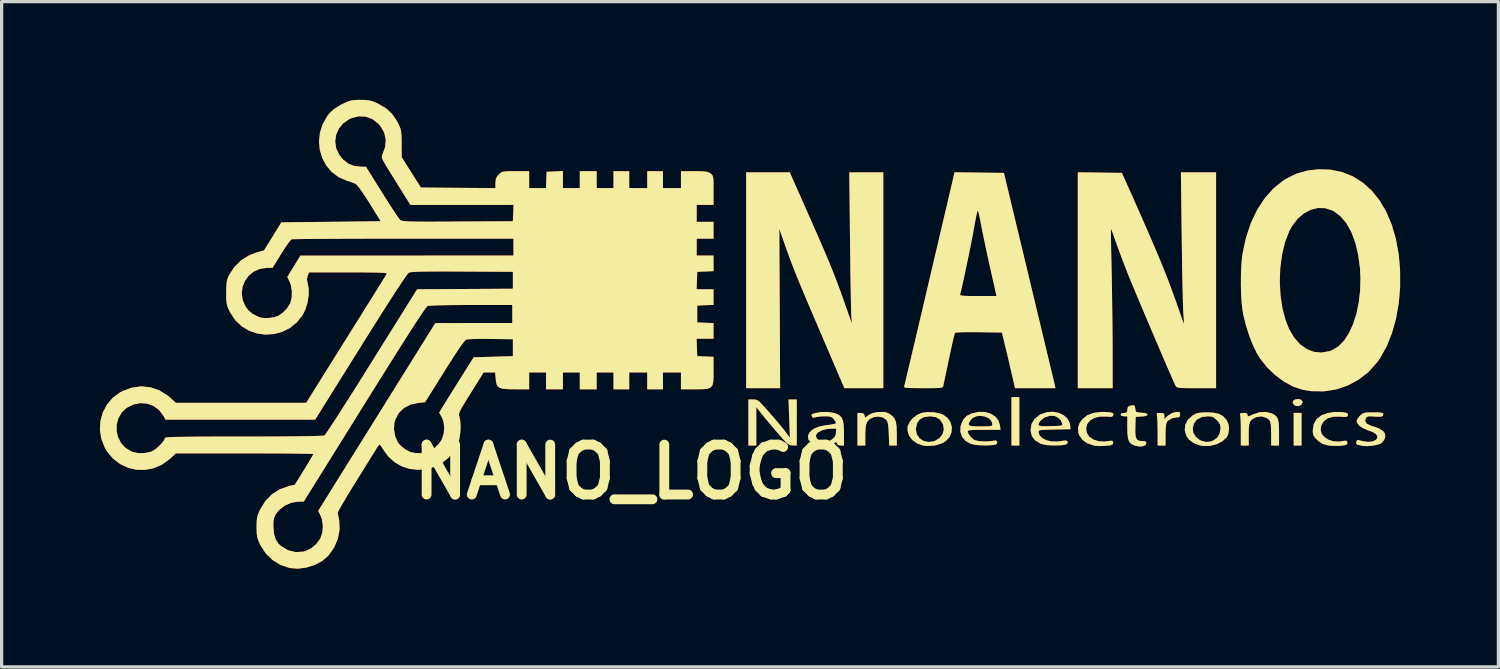
<source format=kicad_pcb>
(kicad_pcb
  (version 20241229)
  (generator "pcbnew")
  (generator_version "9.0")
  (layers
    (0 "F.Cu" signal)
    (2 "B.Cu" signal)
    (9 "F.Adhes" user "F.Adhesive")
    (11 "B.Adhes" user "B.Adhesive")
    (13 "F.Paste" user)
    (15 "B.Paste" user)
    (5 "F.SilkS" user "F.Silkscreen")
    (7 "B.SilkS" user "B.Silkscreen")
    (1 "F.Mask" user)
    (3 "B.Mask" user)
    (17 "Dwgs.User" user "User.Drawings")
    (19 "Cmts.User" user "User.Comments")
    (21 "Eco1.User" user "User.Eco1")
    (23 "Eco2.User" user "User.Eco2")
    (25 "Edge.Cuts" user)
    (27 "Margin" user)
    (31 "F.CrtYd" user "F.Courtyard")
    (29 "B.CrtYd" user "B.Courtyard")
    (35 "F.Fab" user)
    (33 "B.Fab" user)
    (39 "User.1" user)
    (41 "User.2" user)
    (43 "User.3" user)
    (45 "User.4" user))
  (footprint "NANO_LOGO"
    (layer "F.Cu")
    (at 19.971 7.154)
    (property "Reference" "NANO_LOGO" (at -3.755 4.205 0) (layer "F.SilkS") (effects (font (size 1.524 1.524) (thickness 0.3))))
    (attr board_only exclude_from_pos_files exclude_from_bom)
    (fp_poly (pts (xy 8.1 3.398) (xy 7.86 3.398) (xy 7.86 1.922) (xy 8.1 1.922)) (stroke (width 0) (type solid)) (fill yes) (layer "F.Cu"))
    (fp_poly (pts (xy 16.716 3.398) (xy 16.476 3.398) (xy 16.476 2.403) (xy 16.716 2.403)) (stroke (width 0) (type solid)) (fill yes) (layer "F.Cu"))
    (fp_poly (pts (xy 16.701 2) (xy 16.747 2.051) (xy 16.75 2.071) (xy 16.72 2.143) (xy 16.646 2.189) (xy 16.596 2.197) (xy 16.517 2.178) (xy 16.482 2.156) (xy 16.443 2.085) (xy 16.471 2.023) (xy 16.529 1.99) (xy 16.621 1.977)) (stroke (width 0) (type solid)) (fill yes) (layer "F.Cu"))
    (fp_poly (pts (xy 12.997 2.382) (xy 13.008 2.425) (xy 13.009 2.45) (xy 12.999 2.514) (xy 12.955 2.537) (xy 12.904 2.54) (xy 12.756 2.568) (xy 12.635 2.643) (xy 12.607 2.674) (xy 12.585 2.739) (xy 12.57 2.863) (xy 12.564 3.036) (xy 12.564 3.063) (xy 12.563 3.398) (xy 12.322 3.398) (xy 12.322 2.978) (xy 12.32 2.808) (xy 12.315 2.657) (xy 12.309 2.542) (xy 12.301 2.48) (xy 12.294 2.429) (xy 12.324 2.407) (xy 12.404 2.403) (xy 12.487 2.408) (xy 12.521 2.435) (xy 12.528 2.495) (xy 12.528 2.587) (xy 12.627 2.492) (xy 12.763 2.406) (xy 12.868 2.378) (xy 12.957 2.369)) (stroke (width 0) (type solid)) (fill yes) (layer "F.Cu"))
    (fp_poly (pts (xy 0.048 1.996) (xy 0.112 2.021) (xy 0.18 2.075) (xy 0.272 2.171) (xy 0.448 2.368) (xy 0.617 2.562) (xy 0.77 2.741) (xy 0.895 2.894) (xy 0.984 3.01) (xy 0.988 3.015) (xy 1.095 3.164) (xy 1.074 2.577) (xy 1.053 1.991) (xy 1.304 1.991) (xy 1.304 3.398) (xy 1.175 3.395) (xy 1.123 3.391) (xy 1.076 3.375) (xy 1.023 3.341) (xy 0.957 3.279) (xy 0.867 3.183) (xy 0.745 3.044) (xy 0.704 2.995) (xy 0.569 2.839) (xy 0.438 2.683) (xy 0.321 2.543) (xy 0.234 2.435) (xy 0.214 2.41) (xy 0.069 2.223) (xy 0.069 3.398) (xy -0.172 3.398) (xy -0.172 1.991) (xy -0.032 1.991)) (stroke (width 0) (type solid)) (fill yes) (layer "F.Cu"))
    (fp_poly (pts (xy 4.04 2.386) (xy 4.118 2.421) (xy 4.153 2.444) (xy 4.238 2.511) (xy 4.297 2.585) (xy 4.333 2.681) (xy 4.352 2.813) (xy 4.358 2.996) (xy 4.359 3.046) (xy 4.359 3.398) (xy 4.127 3.398) (xy 4.113 3.04) (xy 4.105 2.868) (xy 4.092 2.751) (xy 4.073 2.673) (xy 4.044 2.622) (xy 4.036 2.612) (xy 3.929 2.54) (xy 3.794 2.514) (xy 3.655 2.532) (xy 3.532 2.592) (xy 3.457 2.674) (xy 3.425 2.751) (xy 3.406 2.859) (xy 3.399 3.015) (xy 3.398 3.086) (xy 3.398 3.398) (xy 3.158 3.398) (xy 3.158 2.403) (xy 3.257 2.403) (xy 3.339 2.42) (xy 3.374 2.474) (xy 3.393 2.546) (xy 3.499 2.467) (xy 3.604 2.412) (xy 3.745 2.382) (xy 3.819 2.376) (xy 3.95 2.372)) (stroke (width 0) (type solid)) (fill yes) (layer "F.Cu"))
    (fp_poly (pts (xy 10.71 2.374) (xy 10.85 2.384) (xy 10.933 2.398) (xy 10.97 2.421) (xy 10.972 2.458) (xy 10.964 2.482) (xy 10.937 2.514) (xy 10.876 2.524) (xy 10.778 2.516) (xy 10.571 2.514) (xy 10.397 2.553) (xy 10.263 2.63) (xy 10.175 2.737) (xy 10.14 2.871) (xy 10.164 3.018) (xy 10.238 3.131) (xy 10.362 3.216) (xy 10.521 3.266) (xy 10.701 3.277) (xy 10.802 3.264) (xy 10.898 3.251) (xy 10.947 3.262) (xy 10.966 3.289) (xy 10.96 3.349) (xy 10.898 3.388) (xy 10.829 3.398) (xy 10.747 3.403) (xy 10.644 3.413) (xy 10.64 3.413) (xy 10.527 3.415) (xy 10.398 3.402) (xy 10.37 3.397) (xy 10.175 3.33) (xy 10.025 3.224) (xy 9.928 3.085) (xy 9.9 2.995) (xy 9.892 2.847) (xy 9.938 2.713) (xy 10.025 2.594) (xy 10.176 2.473) (xy 10.375 2.399) (xy 10.616 2.372)) (stroke (width 0) (type solid)) (fill yes) (layer "F.Cu"))
    (fp_poly (pts (xy 15.803 2.416) (xy 15.893 2.462) (xy 15.956 2.519) (xy 15.996 2.6) (xy 16.019 2.717) (xy 16.028 2.883) (xy 16.029 3.011) (xy 16.029 3.398) (xy 15.789 3.398) (xy 15.789 3.081) (xy 15.786 2.892) (xy 15.776 2.759) (xy 15.756 2.669) (xy 15.723 2.61) (xy 15.673 2.569) (xy 15.649 2.556) (xy 15.492 2.509) (xy 15.334 2.531) (xy 15.274 2.558) (xy 15.2 2.604) (xy 15.151 2.664) (xy 15.121 2.75) (xy 15.107 2.877) (xy 15.103 3.057) (xy 15.103 3.07) (xy 15.103 3.398) (xy 14.862 3.398) (xy 14.862 2.955) (xy 14.861 2.783) (xy 14.857 2.633) (xy 14.85 2.521) (xy 14.842 2.46) (xy 14.841 2.457) (xy 14.841 2.42) (xy 14.887 2.405) (xy 14.944 2.403) (xy 15.03 2.41) (xy 15.064 2.44) (xy 15.068 2.467) (xy 15.073 2.502) (xy 15.097 2.508) (xy 15.156 2.486) (xy 15.229 2.45) (xy 15.427 2.383) (xy 15.63 2.373)) (stroke (width 0) (type solid)) (fill yes) (layer "F.Cu"))
    (fp_poly (pts (xy 17.954 2.377) (xy 17.996 2.383) (xy 18.091 2.402) (xy 18.132 2.427) (xy 18.134 2.467) (xy 18.133 2.471) (xy 18.117 2.506) (xy 18.08 2.523) (xy 18.007 2.525) (xy 17.896 2.516) (xy 17.684 2.519) (xy 17.514 2.567) (xy 17.39 2.659) (xy 17.317 2.79) (xy 17.299 2.919) (xy 17.331 3.04) (xy 17.417 3.144) (xy 17.544 3.224) (xy 17.698 3.27) (xy 17.866 3.278) (xy 17.94 3.267) (xy 18.039 3.25) (xy 18.091 3.256) (xy 18.113 3.284) (xy 18.113 3.344) (xy 18.102 3.362) (xy 18.041 3.387) (xy 17.932 3.403) (xy 17.796 3.41) (xy 17.653 3.408) (xy 17.523 3.394) (xy 17.512 3.392) (xy 17.361 3.347) (xy 17.235 3.265) (xy 17.195 3.229) (xy 17.114 3.145) (xy 17.074 3.075) (xy 17.06 2.988) (xy 17.059 2.931) (xy 17.087 2.744) (xy 17.173 2.594) (xy 17.316 2.481) (xy 17.337 2.47) (xy 17.518 2.406) (xy 17.733 2.373)) (stroke (width 0) (type solid)) (fill yes) (layer "F.Cu"))
    (fp_poly (pts (xy 5.49 2.383) (xy 5.675 2.419) (xy 5.768 2.453) (xy 5.909 2.554) (xy 6 2.687) (xy 6.04 2.838) (xy 6.029 2.993) (xy 5.968 3.139) (xy 5.857 3.262) (xy 5.756 3.324) (xy 5.528 3.396) (xy 5.284 3.412) (xy 5.153 3.396) (xy 4.975 3.333) (xy 4.831 3.228) (xy 4.731 3.093) (xy 4.685 2.939) (xy 4.686 2.912) (xy 4.943 2.912) (xy 4.973 3.06) (xy 5.055 3.178) (xy 5.176 3.257) (xy 5.324 3.29) (xy 5.485 3.269) (xy 5.515 3.259) (xy 5.659 3.174) (xy 5.754 3.054) (xy 5.794 2.913) (xy 5.773 2.762) (xy 5.766 2.744) (xy 5.681 2.611) (xy 5.556 2.533) (xy 5.388 2.506) (xy 5.381 2.506) (xy 5.196 2.529) (xy 5.062 2.6) (xy 4.977 2.717) (xy 4.943 2.881) (xy 4.943 2.912) (xy 4.686 2.912) (xy 4.689 2.821) (xy 4.745 2.685) (xy 4.851 2.557) (xy 4.99 2.455) (xy 5.115 2.402) (xy 5.292 2.377)) (stroke (width 0) (type solid)) (fill yes) (layer "F.Cu"))
    (fp_poly (pts (xy 1.665 -3.647) (xy 1.84 -3.251) (xy 1.99 -2.908) (xy 2.12 -2.61) (xy 2.232 -2.347) (xy 2.33 -2.11) (xy 2.419 -1.889) (xy 2.502 -1.677) (xy 2.582 -1.464) (xy 2.664 -1.24) (xy 2.75 -0.998) (xy 2.769 -0.944) (xy 2.987 -0.326) (xy 2.969 -0.584) (xy 2.966 -0.665) (xy 2.962 -0.807) (xy 2.957 -1.005) (xy 2.953 -1.25) (xy 2.948 -1.536) (xy 2.943 -1.856) (xy 2.938 -2.202) (xy 2.934 -2.568) (xy 2.93 -2.892) (xy 2.909 -4.943) (xy 3.947 -4.943) (xy 3.947 1.648) (xy 2.758 1.648) (xy 2.085 0.077) (xy 1.904 -0.345) (xy 1.748 -0.711) (xy 1.613 -1.027) (xy 1.498 -1.3) (xy 1.4 -1.536) (xy 1.315 -1.741) (xy 1.242 -1.923) (xy 1.177 -2.087) (xy 1.119 -2.24) (xy 1.064 -2.389) (xy 1.009 -2.541) (xy 0.952 -2.701) (xy 0.948 -2.715) (xy 0.772 -3.216) (xy 0.784 -0.784) (xy 0.797 1.648) (xy -0.24 1.648) (xy -0.24 -4.943) (xy 1.091 -4.943)) (stroke (width 0) (type solid)) (fill yes) (layer "F.Cu"))
    (fp_poly (pts (xy 11.618 2.184) (xy 11.639 2.248) (xy 11.642 2.274) (xy 11.652 2.339) (xy 11.678 2.374) (xy 11.739 2.389) (xy 11.833 2.396) (xy 11.95 2.41) (xy 12.006 2.435) (xy 12.013 2.454) (xy 11.987 2.487) (xy 11.903 2.507) (xy 11.833 2.512) (xy 11.653 2.523) (xy 11.643 2.823) (xy 11.641 3.005) (xy 11.654 3.13) (xy 11.684 3.207) (xy 11.739 3.247) (xy 11.821 3.26) (xy 11.843 3.261) (xy 11.933 3.267) (xy 11.972 3.291) (xy 11.979 3.325) (xy 11.95 3.387) (xy 11.872 3.421) (xy 11.761 3.428) (xy 11.635 3.403) (xy 11.575 3.381) (xy 11.501 3.337) (xy 11.449 3.273) (xy 11.417 3.176) (xy 11.4 3.036) (xy 11.396 2.84) (xy 11.396 2.83) (xy 11.396 2.506) (xy 11.293 2.506) (xy 11.211 2.49) (xy 11.19 2.454) (xy 11.22 2.413) (xy 11.293 2.403) (xy 11.366 2.394) (xy 11.393 2.354) (xy 11.396 2.304) (xy 11.412 2.223) (xy 11.47 2.185) (xy 11.473 2.184) (xy 11.568 2.166)) (stroke (width 0) (type solid)) (fill yes) (layer "F.Cu"))
    (fp_poly (pts (xy 14.04 2.396) (xy 14.196 2.433) (xy 14.319 2.502) (xy 14.421 2.609) (xy 14.43 2.62) (xy 14.487 2.747) (xy 14.503 2.901) (xy 14.478 3.051) (xy 14.43 3.147) (xy 14.301 3.268) (xy 14.128 3.357) (xy 13.929 3.407) (xy 13.723 3.413) (xy 13.613 3.395) (xy 13.425 3.325) (xy 13.281 3.221) (xy 13.201 3.109) (xy 13.15 2.932) (xy 13.157 2.865) (xy 13.393 2.865) (xy 13.413 3.01) (xy 13.491 3.138) (xy 13.62 3.236) (xy 13.644 3.247) (xy 13.79 3.289) (xy 13.933 3.277) (xy 14.02 3.246) (xy 14.139 3.162) (xy 14.216 3.03) (xy 14.244 2.867) (xy 14.244 2.864) (xy 14.23 2.764) (xy 14.175 2.674) (xy 14.128 2.622) (xy 14.041 2.547) (xy 13.959 2.513) (xy 13.851 2.506) (xy 13.666 2.531) (xy 13.524 2.606) (xy 13.435 2.718) (xy 13.393 2.865) (xy 13.157 2.865) (xy 13.166 2.764) (xy 13.245 2.612) (xy 13.386 2.483) (xy 13.409 2.468) (xy 13.487 2.426) (xy 13.569 2.401) (xy 13.675 2.389) (xy 13.828 2.386) (xy 13.833 2.386)) (stroke (width 0) (type solid)) (fill yes) (layer "F.Cu"))
    (fp_poly (pts (xy 19.051 2.387) (xy 19.148 2.395) (xy 19.199 2.413) (xy 19.213 2.442) (xy 19.203 2.479) (xy 19.179 2.506) (xy 19.122 2.519) (xy 19.02 2.518) (xy 18.949 2.514) (xy 18.823 2.507) (xy 18.747 2.511) (xy 18.705 2.529) (xy 18.677 2.567) (xy 18.673 2.573) (xy 18.659 2.658) (xy 18.71 2.731) (xy 18.826 2.79) (xy 18.901 2.812) (xy 19.083 2.877) (xy 19.211 2.964) (xy 19.26 3.029) (xy 19.275 3.121) (xy 19.241 3.223) (xy 19.17 3.312) (xy 19.122 3.344) (xy 19.019 3.379) (xy 18.878 3.404) (xy 18.731 3.417) (xy 18.608 3.411) (xy 18.604 3.411) (xy 18.48 3.388) (xy 18.412 3.368) (xy 18.385 3.343) (xy 18.385 3.306) (xy 18.388 3.295) (xy 18.4 3.252) (xy 18.419 3.233) (xy 18.464 3.235) (xy 18.552 3.256) (xy 18.588 3.265) (xy 18.743 3.287) (xy 18.879 3.274) (xy 18.98 3.23) (xy 19.018 3.188) (xy 19.032 3.112) (xy 18.985 3.045) (xy 18.875 2.982) (xy 18.754 2.938) (xy 18.596 2.872) (xy 18.477 2.791) (xy 18.409 2.703) (xy 18.398 2.651) (xy 18.421 2.588) (xy 18.48 2.51) (xy 18.503 2.486) (xy 18.559 2.437) (xy 18.614 2.407) (xy 18.686 2.391) (xy 18.794 2.386) (xy 18.895 2.386)) (stroke (width 0) (type solid)) (fill yes) (layer "F.Cu"))
    (fp_poly (pts (xy 7.047 2.374) (xy 7.22 2.422) (xy 7.362 2.511) (xy 7.462 2.636) (xy 7.507 2.777) (xy 7.526 2.918) (xy 7.024 2.918) (xy 6.8 2.92) (xy 6.643 2.927) (xy 6.551 2.939) (xy 6.521 2.955) (xy 6.548 3.039) (xy 6.614 3.132) (xy 6.698 3.208) (xy 6.743 3.233) (xy 6.849 3.259) (xy 6.995 3.272) (xy 7.152 3.271) (xy 7.29 3.255) (xy 7.317 3.25) (xy 7.387 3.244) (xy 7.42 3.281) (xy 7.423 3.292) (xy 7.419 3.342) (xy 7.365 3.371) (xy 7.337 3.377) (xy 7.211 3.392) (xy 7.053 3.396) (xy 6.887 3.39) (xy 6.739 3.375) (xy 6.632 3.352) (xy 6.628 3.351) (xy 6.464 3.261) (xy 6.353 3.134) (xy 6.299 2.98) (xy 6.307 2.807) (xy 6.322 2.756) (xy 6.553 2.756) (xy 6.582 2.789) (xy 6.659 2.807) (xy 6.792 2.814) (xy 6.916 2.815) (xy 7.078 2.813) (xy 7.183 2.809) (xy 7.243 2.799) (xy 7.27 2.781) (xy 7.277 2.754) (xy 7.247 2.649) (xy 7.168 2.568) (xy 7.056 2.515) (xy 6.927 2.493) (xy 6.798 2.504) (xy 6.684 2.552) (xy 6.611 2.625) (xy 6.565 2.703) (xy 6.553 2.756) (xy 6.322 2.756) (xy 6.33 2.732) (xy 6.403 2.586) (xy 6.501 2.489) (xy 6.645 2.419) (xy 6.648 2.418) (xy 6.852 2.371)) (stroke (width 0) (type solid)) (fill yes) (layer "F.Cu"))
    (fp_poly (pts (xy 9.292 2.396) (xy 9.445 2.465) (xy 9.564 2.568) (xy 9.637 2.701) (xy 9.653 2.785) (xy 9.662 2.9) (xy 9.173 2.91) (xy 8.98 2.914) (xy 8.846 2.92) (xy 8.759 2.928) (xy 8.71 2.94) (xy 8.689 2.958) (xy 8.684 2.983) (xy 8.716 3.088) (xy 8.802 3.175) (xy 8.932 3.239) (xy 9.093 3.274) (xy 9.272 3.276) (xy 9.353 3.264) (xy 9.474 3.246) (xy 9.543 3.25) (xy 9.572 3.279) (xy 9.576 3.31) (xy 9.556 3.349) (xy 9.491 3.375) (xy 9.374 3.391) (xy 9.198 3.397) (xy 9.147 3.397) (xy 8.949 3.387) (xy 8.799 3.358) (xy 8.733 3.333) (xy 8.577 3.237) (xy 8.483 3.113) (xy 8.445 2.957) (xy 8.444 2.918) (xy 8.471 2.759) (xy 8.682 2.759) (xy 8.707 2.79) (xy 8.781 2.806) (xy 8.912 2.81) (xy 9.053 2.807) (xy 9.216 2.802) (xy 9.321 2.795) (xy 9.381 2.785) (xy 9.408 2.767) (xy 9.412 2.74) (xy 9.41 2.729) (xy 9.363 2.627) (xy 9.272 2.541) (xy 9.166 2.494) (xy 9.024 2.493) (xy 8.882 2.536) (xy 8.77 2.614) (xy 8.754 2.632) (xy 8.7 2.707) (xy 8.682 2.759) (xy 8.471 2.759) (xy 8.475 2.735) (xy 8.567 2.583) (xy 8.719 2.463) (xy 8.752 2.446) (xy 8.933 2.382) (xy 9.117 2.367)) (stroke (width 0) (type solid)) (fill yes) (layer "F.Cu"))
    (fp_poly (pts (xy 2.264 2.374) (xy 2.446 2.404) (xy 2.506 2.424) (xy 2.602 2.472) (xy 2.669 2.536) (xy 2.712 2.628) (xy 2.736 2.758) (xy 2.745 2.94) (xy 2.746 3.036) (xy 2.746 3.398) (xy 2.643 3.398) (xy 2.561 3.383) (xy 2.54 3.347) (xy 2.519 3.301) (xy 2.456 3.309) (xy 2.393 3.344) (xy 2.264 3.395) (xy 2.104 3.415) (xy 1.943 3.402) (xy 1.871 3.382) (xy 1.737 3.309) (xy 1.66 3.214) (xy 1.645 3.108) (xy 1.659 3.078) (xy 1.892 3.078) (xy 1.905 3.16) (xy 1.956 3.226) (xy 2.058 3.283) (xy 2.187 3.289) (xy 2.324 3.245) (xy 2.372 3.217) (xy 2.455 3.145) (xy 2.492 3.06) (xy 2.499 3.011) (xy 2.51 2.883) (xy 2.352 2.883) (xy 2.222 2.896) (xy 2.094 2.926) (xy 2.068 2.936) (xy 1.946 3.004) (xy 1.892 3.078) (xy 1.659 3.078) (xy 1.693 2.999) (xy 1.752 2.939) (xy 1.851 2.872) (xy 1.976 2.823) (xy 2.143 2.786) (xy 2.308 2.764) (xy 2.414 2.747) (xy 2.486 2.728) (xy 2.506 2.714) (xy 2.486 2.671) (xy 2.439 2.602) (xy 2.434 2.596) (xy 2.385 2.544) (xy 2.325 2.517) (xy 2.234 2.507) (xy 2.162 2.506) (xy 2.036 2.511) (xy 1.925 2.525) (xy 1.876 2.538) (xy 1.807 2.553) (xy 1.773 2.524) (xy 1.77 2.518) (xy 1.755 2.47) (xy 1.767 2.442) (xy 1.822 2.421) (xy 1.879 2.405) (xy 2.064 2.374)) (stroke (width 0) (type solid)) (fill yes) (layer "F.Cu"))
    (fp_poly (pts (xy 11.232 -4.926) (xy 11.386 -4.582) (xy 11.616 -4.066) (xy 11.819 -3.605) (xy 11.999 -3.195) (xy 12.158 -2.828) (xy 12.299 -2.498) (xy 12.423 -2.2) (xy 12.534 -1.927) (xy 12.634 -1.672) (xy 12.726 -1.431) (xy 12.813 -1.195) (xy 12.896 -0.96) (xy 12.923 -0.883) (xy 12.987 -0.699) (xy 13.043 -0.54) (xy 13.088 -0.417) (xy 13.117 -0.339) (xy 13.127 -0.317) (xy 13.127 -0.353) (xy 13.122 -0.442) (xy 13.113 -0.568) (xy 13.107 -0.652) (xy 13.102 -0.747) (xy 13.096 -0.904) (xy 13.09 -1.114) (xy 13.084 -1.37) (xy 13.078 -1.665) (xy 13.072 -1.992) (xy 13.066 -2.343) (xy 13.061 -2.71) (xy 13.058 -2.96) (xy 13.033 -4.943) (xy 14.107 -4.943) (xy 14.107 1.648) (xy 13.508 1.648) (xy 13.291 1.647) (xy 13.133 1.645) (xy 13.023 1.64) (xy 12.952 1.632) (xy 12.909 1.618) (xy 12.884 1.599) (xy 12.871 1.579) (xy 12.844 1.522) (xy 12.794 1.409) (xy 12.723 1.248) (xy 12.635 1.046) (xy 12.534 0.81) (xy 12.421 0.548) (xy 12.301 0.268) (xy 12.177 -0.023) (xy 12.052 -0.317) (xy 11.928 -0.608) (xy 11.81 -0.888) (xy 11.7 -1.148) (xy 11.602 -1.383) (xy 11.519 -1.583) (xy 11.453 -1.743) (xy 11.428 -1.806) (xy 11.339 -2.032) (xy 11.246 -2.273) (xy 11.158 -2.507) (xy 11.084 -2.713) (xy 11.049 -2.811) (xy 10.995 -2.966) (xy 10.949 -3.094) (xy 10.915 -3.182) (xy 10.898 -3.219) (xy 10.897 -3.219) (xy 10.896 -3.184) (xy 10.896 -3.088) (xy 10.898 -2.938) (xy 10.901 -2.743) (xy 10.905 -2.511) (xy 10.911 -2.248) (xy 10.917 -1.974) (xy 10.924 -1.615) (xy 10.931 -1.213) (xy 10.937 -0.789) (xy 10.942 -0.365) (xy 10.946 0.037) (xy 10.947 0.396) (xy 10.948 0.455) (xy 10.949 1.648) (xy 9.885 1.648) (xy 9.885 -4.944)) (stroke (width 0) (type solid)) (fill yes) (layer "F.Cu"))
    (fp_poly (pts (xy 17.595 -5.025) (xy 17.952 -4.952) (xy 18.283 -4.819) (xy 18.585 -4.629) (xy 18.857 -4.385) (xy 19.096 -4.088) (xy 19.301 -3.742) (xy 19.468 -3.349) (xy 19.596 -2.912) (xy 19.684 -2.433) (xy 19.725 -1.962) (xy 19.727 -1.448) (xy 19.685 -0.949) (xy 19.6 -0.473) (xy 19.475 -0.029) (xy 19.313 0.375) (xy 19.114 0.73) (xy 19.019 0.864) (xy 18.76 1.152) (xy 18.461 1.386) (xy 18.13 1.565) (xy 17.774 1.685) (xy 17.402 1.744) (xy 17.02 1.74) (xy 16.76 1.699) (xy 16.475 1.606) (xy 16.191 1.454) (xy 15.918 1.254) (xy 15.668 1.015) (xy 15.454 0.746) (xy 15.353 0.583) (xy 15.233 0.337) (xy 15.119 0.047) (xy 15.02 -0.264) (xy 14.943 -0.572) (xy 14.915 -0.721) (xy 14.889 -0.943) (xy 14.872 -1.211) (xy 14.864 -1.505) (xy 14.864 -1.609) (xy 16.051 -1.609) (xy 16.073 -1.192) (xy 16.133 -0.792) (xy 16.23 -0.423) (xy 16.336 -0.159) (xy 16.489 0.101) (xy 16.668 0.305) (xy 16.871 0.452) (xy 17.091 0.537) (xy 17.324 0.56) (xy 17.564 0.517) (xy 17.665 0.48) (xy 17.851 0.364) (xy 18.019 0.189) (xy 18.166 -0.039) (xy 18.291 -0.312) (xy 18.39 -0.624) (xy 18.462 -0.967) (xy 18.505 -1.334) (xy 18.515 -1.719) (xy 18.499 -2.027) (xy 18.444 -2.434) (xy 18.356 -2.799) (xy 18.236 -3.117) (xy 18.087 -3.385) (xy 17.91 -3.597) (xy 17.707 -3.75) (xy 17.655 -3.778) (xy 17.437 -3.848) (xy 17.215 -3.854) (xy 16.995 -3.8) (xy 16.787 -3.688) (xy 16.596 -3.524) (xy 16.431 -3.309) (xy 16.341 -3.146) (xy 16.212 -2.81) (xy 16.121 -2.432) (xy 16.067 -2.027) (xy 16.051 -1.609) (xy 14.864 -1.609) (xy 14.866 -1.804) (xy 14.877 -2.087) (xy 14.897 -2.335) (xy 14.913 -2.454) (xy 15.019 -2.945) (xy 15.168 -3.393) (xy 15.359 -3.795) (xy 15.588 -4.148) (xy 15.855 -4.448) (xy 16.158 -4.692) (xy 16.243 -4.746) (xy 16.558 -4.901) (xy 16.897 -4.997) (xy 17.214 -5.035)) (stroke (width 0) (type solid)) (fill yes) (layer "F.Cu"))
    (fp_poly (pts (xy 6.875 -4.935) (xy 7.629 -4.926) (xy 8.396 -1.733) (xy 8.506 -1.276) (xy 8.611 -0.835) (xy 8.711 -0.418) (xy 8.805 -0.027) (xy 8.891 0.331) (xy 8.968 0.653) (xy 9.035 0.933) (xy 9.091 1.167) (xy 9.135 1.351) (xy 9.165 1.478) (xy 9.181 1.545) (xy 9.183 1.553) (xy 9.204 1.648) (xy 7.968 1.648) (xy 7.876 1.244) (xy 7.829 1.041) (xy 7.774 0.804) (xy 7.717 0.565) (xy 7.676 0.395) (xy 7.568 -0.051) (xy 6.867 -0.061) (xy 6.654 -0.062) (xy 6.464 -0.061) (xy 6.309 -0.058) (xy 6.198 -0.052) (xy 6.142 -0.045) (xy 6.139 -0.043) (xy 6.124 -0.003) (xy 6.098 0.095) (xy 6.064 0.24) (xy 6.022 0.422) (xy 5.977 0.631) (xy 5.955 0.738) (xy 5.908 0.961) (xy 5.865 1.165) (xy 5.829 1.339) (xy 5.8 1.472) (xy 5.782 1.553) (xy 5.778 1.57) (xy 5.769 1.598) (xy 5.752 1.618) (xy 5.717 1.632) (xy 5.654 1.641) (xy 5.553 1.645) (xy 5.405 1.647) (xy 5.199 1.648) (xy 5.163 1.648) (xy 4.939 1.646) (xy 4.775 1.643) (xy 4.666 1.636) (xy 4.604 1.626) (xy 4.581 1.611) (xy 4.581 1.605) (xy 4.591 1.565) (xy 4.616 1.464) (xy 4.653 1.307) (xy 4.703 1.099) (xy 4.763 0.845) (xy 4.832 0.552) (xy 4.909 0.224) (xy 4.993 -0.134) (xy 5.083 -0.515) (xy 5.168 -0.875) (xy 5.245 -1.205) (xy 6.293 -1.205) (xy 6.308 -1.189) (xy 6.351 -1.178) (xy 6.43 -1.172) (xy 6.554 -1.168) (xy 6.734 -1.167) (xy 6.84 -1.167) (xy 7.403 -1.167) (xy 7.208 -2.034) (xy 7.149 -2.298) (xy 7.09 -2.568) (xy 7.035 -2.828) (xy 6.987 -3.062) (xy 6.949 -3.253) (xy 6.933 -3.338) (xy 6.902 -3.501) (xy 6.873 -3.637) (xy 6.849 -3.732) (xy 6.833 -3.775) (xy 6.831 -3.776) (xy 6.818 -3.744) (xy 6.796 -3.656) (xy 6.768 -3.523) (xy 6.737 -3.357) (xy 6.719 -3.252) (xy 6.691 -3.098) (xy 6.654 -2.903) (xy 6.609 -2.679) (xy 6.56 -2.437) (xy 6.509 -2.189) (xy 6.458 -1.946) (xy 6.409 -1.719) (xy 6.366 -1.521) (xy 6.329 -1.362) (xy 6.303 -1.254) (xy 6.295 -1.227) (xy 6.293 -1.205) (xy 5.245 -1.205) (xy 5.265 -1.288) (xy 5.36 -1.693) (xy 5.451 -2.083) (xy 5.538 -2.452) (xy 5.618 -2.792) (xy 5.689 -3.098) (xy 5.751 -3.361) (xy 5.802 -3.576) (xy 5.839 -3.735) (xy 5.857 -3.81) (xy 5.906 -4.02) (xy 5.957 -4.238) (xy 6.005 -4.442) (xy 6.043 -4.606) (xy 6.048 -4.626) (xy 6.121 -4.944)) (stroke (width 0) (type solid)) (fill yes) (layer "F.Cu"))
    (fp_poly (pts (xy -11.86 -7.152) (xy -11.747 -7.14) (xy -11.647 -7.113) (xy -11.531 -7.064) (xy -11.453 -7.026) (xy -11.23 -6.893) (xy -11.056 -6.733) (xy -10.913 -6.53) (xy -10.854 -6.42) (xy -10.814 -6.332) (xy -10.787 -6.252) (xy -10.771 -6.163) (xy -10.762 -6.046) (xy -10.759 -5.884) (xy -10.759 -5.818) (xy -10.757 -5.406) (xy -10.464 -4.943) (xy -10.171 -4.479) (xy -7.895 -4.461) (xy -7.895 -4.619) (xy -7.885 -4.734) (xy -7.846 -4.819) (xy -7.794 -4.877) (xy -7.75 -4.919) (xy -7.708 -4.947) (xy -7.654 -4.964) (xy -7.573 -4.973) (xy -7.452 -4.977) (xy -7.28 -4.977) (xy -6.865 -4.977) (xy -6.865 -4.462) (xy -6.353 -4.462) (xy -6.343 -4.711) (xy -6.333 -4.96) (xy -6.084 -4.97) (xy -5.835 -4.98) (xy -5.835 -4.462) (xy -5.32 -4.462) (xy -5.32 -4.977) (xy -4.806 -4.977) (xy -4.806 -4.462) (xy -4.291 -4.462) (xy -4.291 -4.977) (xy -3.81 -4.977) (xy -3.81 -4.462) (xy -3.261 -4.462) (xy -3.261 -4.977) (xy -2.78 -4.977) (xy -2.78 -4.462) (xy -2.231 -4.462) (xy -2.231 -4.977) (xy -1.824 -4.977) (xy -1.646 -4.976) (xy -1.522 -4.971) (xy -1.438 -4.959) (xy -1.38 -4.94) (xy -1.333 -4.911) (xy -1.326 -4.906) (xy -1.289 -4.875) (xy -1.264 -4.841) (xy -1.248 -4.791) (xy -1.24 -4.713) (xy -1.236 -4.595) (xy -1.236 -4.422) (xy -1.236 -4.391) (xy -1.236 -3.947) (xy -1.751 -3.947) (xy -1.751 -3.432) (xy -1.236 -3.432) (xy -1.236 -2.918) (xy -1.751 -2.918) (xy -1.751 -2.403) (xy -1.236 -2.403) (xy -1.236 -1.925) (xy -1.485 -1.915) (xy -1.734 -1.905) (xy -1.744 -1.639) (xy -1.754 -1.373) (xy -1.236 -1.373) (xy -1.236 -0.895) (xy -1.485 -0.885) (xy -1.734 -0.875) (xy -1.734 -0.36) (xy -1.485 -0.35) (xy -1.236 -0.34) (xy -1.236 0.137) (xy -1.754 0.137) (xy -1.744 0.403) (xy -1.734 0.669) (xy -1.485 0.679) (xy -1.236 0.689) (xy -1.236 1.116) (xy -1.237 1.323) (xy -1.248 1.473) (xy -1.277 1.574) (xy -1.334 1.635) (xy -1.43 1.668) (xy -1.574 1.68) (xy -1.775 1.682) (xy -1.809 1.682) (xy -2.231 1.682) (xy -2.231 1.167) (xy -2.78 1.167) (xy -2.78 1.682) (xy -3.261 1.682) (xy -3.261 1.167) (xy -3.81 1.167) (xy -3.81 1.682) (xy -4.291 1.682) (xy -4.291 1.167) (xy -4.806 1.167) (xy -4.806 1.682) (xy -5.32 1.682) (xy -5.32 1.167) (xy -5.835 1.167) (xy -5.835 1.682) (xy -6.35 1.682) (xy -6.35 1.167) (xy -6.865 1.167) (xy -6.865 1.682) (xy -7.29 1.682) (xy -7.501 1.679) (xy -7.654 1.667) (xy -7.758 1.641) (xy -7.824 1.595) (xy -7.862 1.524) (xy -7.881 1.422) (xy -7.887 1.362) (xy -7.903 1.167) (xy -8.255 1.167) (xy -8.643 1.788) (xy -8.772 1.995) (xy -8.868 2.152) (xy -8.935 2.268) (xy -8.978 2.352) (xy -9.001 2.412) (xy -9.007 2.457) (xy -9.002 2.494) (xy -8.995 2.514) (xy -8.966 2.659) (xy -8.958 2.842) (xy -8.971 3.038) (xy -9.003 3.221) (xy -9.03 3.312) (xy -9.157 3.564) (xy -9.327 3.772) (xy -9.531 3.934) (xy -9.76 4.05) (xy -10.006 4.119) (xy -10.26 4.14) (xy -10.512 4.113) (xy -10.754 4.035) (xy -10.978 3.906) (xy -11.174 3.726) (xy -11.299 3.554) (xy -11.36 3.457) (xy -11.408 3.389) (xy -11.43 3.365) (xy -11.457 3.391) (xy -11.505 3.458) (xy -11.537 3.51) (xy -11.578 3.576) (xy -11.65 3.691) (xy -11.747 3.847) (xy -11.864 4.036) (xy -11.996 4.248) (xy -12.137 4.475) (xy -12.18 4.544) (xy -12.317 4.766) (xy -12.441 4.97) (xy -12.546 5.148) (xy -12.63 5.293) (xy -12.687 5.397) (xy -12.714 5.454) (xy -12.715 5.462) (xy -12.7 5.509) (xy -12.68 5.602) (xy -12.664 5.689) (xy -12.653 5.964) (xy -12.705 6.24) (xy -12.815 6.504) (xy -12.981 6.743) (xy -13.011 6.777) (xy -13.193 6.929) (xy -13.419 7.047) (xy -13.67 7.126) (xy -13.927 7.158) (xy -14.171 7.139) (xy -14.175 7.138) (xy -14.452 7.047) (xy -14.699 6.897) (xy -14.907 6.695) (xy -15.069 6.447) (xy -15.082 6.419) (xy -15.135 6.299) (xy -15.167 6.198) (xy -15.183 6.09) (xy -15.188 5.947) (xy -15.189 5.887) (xy -15.188 5.864) (xy -14.674 5.864) (xy -14.658 6.087) (xy -14.607 6.26) (xy -14.515 6.398) (xy -14.429 6.476) (xy -14.22 6.597) (xy -13.998 6.651) (xy -13.769 6.639) (xy -13.693 6.62) (xy -13.521 6.537) (xy -13.364 6.405) (xy -13.246 6.243) (xy -13.242 6.235) (xy -13.18 6.054) (xy -13.164 5.849) (xy -13.193 5.648) (xy -13.235 5.537) (xy -13.307 5.393) (xy -11.753 2.901) (xy -10.993 2.901) (xy -10.959 3.103) (xy -10.885 3.283) (xy -10.87 3.307) (xy -10.774 3.416) (xy -10.64 3.518) (xy -10.501 3.592) (xy -10.486 3.597) (xy -10.34 3.628) (xy -10.172 3.633) (xy -10.016 3.614) (xy -9.945 3.592) (xy -9.764 3.484) (xy -9.61 3.33) (xy -9.535 3.214) (xy -9.477 3.042) (xy -9.459 2.85) (xy -9.482 2.664) (xy -9.537 2.524) (xy -9.614 2.394) (xy -9.475 2.167) (xy -9.414 2.067) (xy -9.324 1.922) (xy -9.214 1.745) (xy -9.091 1.55) (xy -8.965 1.348) (xy -8.948 1.321) (xy -8.56 0.704) (xy -7.363 0.669) (xy -7.363 0.154) (xy -8.036 0.145) (xy -8.249 0.144) (xy -8.442 0.145) (xy -8.604 0.149) (xy -8.722 0.156) (xy -8.785 0.164) (xy -8.787 0.165) (xy -8.831 0.203) (xy -8.906 0.298) (xy -9.012 0.45) (xy -9.152 0.659) (xy -9.323 0.927) (xy -9.454 1.135) (xy -10.043 2.077) (xy -10.247 2.097) (xy -10.488 2.149) (xy -10.689 2.254) (xy -10.844 2.405) (xy -10.949 2.6) (xy -10.98 2.71) (xy -10.993 2.901) (xy -11.753 2.901) (xy -11.519 2.526) (xy -9.731 -0.34) (xy -8.555 -0.342) (xy -7.38 -0.343) (xy -7.38 -0.892) (xy -8.63 -0.892) (xy -8.92 -0.892) (xy -9.19 -0.889) (xy -9.433 -0.885) (xy -9.64 -0.881) (xy -9.803 -0.875) (xy -9.914 -0.868) (xy -9.963 -0.861) (xy -9.989 -0.838) (xy -10.037 -0.777) (xy -10.108 -0.677) (xy -10.203 -0.536) (xy -10.324 -0.352) (xy -10.472 -0.123) (xy -10.649 0.153) (xy -10.855 0.479) (xy -11.093 0.855) (xy -11.362 1.285) (xy -11.665 1.77) (xy -11.896 2.14) (xy -13.747 5.11) (xy -13.921 5.112) (xy -14.127 5.145) (xy -14.325 5.232) (xy -14.493 5.36) (xy -14.571 5.452) (xy -14.625 5.537) (xy -14.656 5.614) (xy -14.67 5.708) (xy -14.674 5.842) (xy -14.674 5.864) (xy -15.188 5.864) (xy -15.186 5.727) (xy -15.174 5.61) (xy -15.148 5.509) (xy -15.103 5.399) (xy -15.082 5.355) (xy -14.924 5.096) (xy -14.72 4.887) (xy -14.476 4.732) (xy -14.196 4.634) (xy -14.185 4.631) (xy -14.022 4.595) (xy -13.738 4.138) (xy -13.642 3.98) (xy -13.559 3.843) (xy -13.497 3.737) (xy -13.461 3.673) (xy -13.455 3.659) (xy -13.489 3.655) (xy -13.585 3.652) (xy -13.738 3.649) (xy -13.942 3.646) (xy -14.191 3.643) (xy -14.479 3.641) (xy -14.801 3.64) (xy -15.15 3.639) (xy -15.521 3.638) (xy -15.553 3.638) (xy -17.65 3.638) (xy -17.836 3.808) (xy -18.07 3.979) (xy -18.324 4.09) (xy -18.589 4.142) (xy -18.855 4.138) (xy -19.114 4.077) (xy -19.356 3.963) (xy -19.573 3.797) (xy -19.753 3.579) (xy -19.822 3.464) (xy -19.927 3.195) (xy -19.966 2.951) (xy -19.461 2.951) (xy -19.416 3.145) (xy -19.324 3.323) (xy -19.187 3.472) (xy -19.006 3.58) (xy -18.973 3.593) (xy -18.801 3.629) (xy -18.608 3.629) (xy -18.43 3.593) (xy -18.379 3.574) (xy -18.287 3.517) (xy -18.186 3.433) (xy -18.092 3.338) (xy -18.021 3.248) (xy -17.987 3.178) (xy -17.986 3.169) (xy -17.976 3.16) (xy -17.941 3.152) (xy -17.879 3.145) (xy -17.785 3.14) (xy -17.654 3.135) (xy -17.482 3.132) (xy -17.265 3.129) (xy -16.999 3.126) (xy -16.68 3.125) (xy -16.303 3.124) (xy -15.864 3.124) (xy -15.581 3.124) (xy -15.119 3.123) (xy -14.696 3.122) (xy -14.314 3.119) (xy -13.978 3.117) (xy -13.691 3.113) (xy -13.458 3.108) (xy -13.282 3.103) (xy -13.167 3.098) (xy -13.116 3.091) (xy -13.115 3.091) (xy -13.088 3.057) (xy -13.027 2.97) (xy -12.936 2.833) (xy -12.817 2.652) (xy -12.674 2.43) (xy -12.51 2.174) (xy -12.327 1.886) (xy -12.128 1.572) (xy -11.917 1.236) (xy -11.696 0.883) (xy -11.671 0.843) (xy -10.287 -1.372) (xy -7.363 -1.39) (xy -7.363 -1.905) (xy -8.907 -1.913) (xy -9.297 -1.915) (xy -9.623 -1.915) (xy -9.89 -1.914) (xy -10.104 -1.911) (xy -10.269 -1.907) (xy -10.391 -1.901) (xy -10.475 -1.893) (xy -10.525 -1.883) (xy -10.537 -1.878) (xy -10.574 -1.84) (xy -10.644 -1.744) (xy -10.749 -1.592) (xy -10.889 -1.382) (xy -11.062 -1.114) (xy -11.271 -0.788) (xy -11.514 -0.404) (xy -11.793 0.038) (xy -12.011 0.387) (xy -13.399 2.609) (xy -17.969 2.608) (xy -18.038 2.483) (xy -18.167 2.312) (xy -18.335 2.19) (xy -18.529 2.12) (xy -18.737 2.104) (xy -18.948 2.145) (xy -19.142 2.242) (xy -19.299 2.385) (xy -19.404 2.559) (xy -19.457 2.752) (xy -19.461 2.951) (xy -19.966 2.951) (xy -19.971 2.92) (xy -19.955 2.648) (xy -19.883 2.388) (xy -19.757 2.15) (xy -19.581 1.943) (xy -19.358 1.777) (xy -19.281 1.736) (xy -18.993 1.629) (xy -18.706 1.591) (xy -18.424 1.62) (xy -18.153 1.715) (xy -17.897 1.876) (xy -17.817 1.944) (xy -17.65 2.094) (xy -13.674 2.094) (xy -12.457 0.149) (xy -12.25 -0.183) (xy -12.052 -0.498) (xy -11.869 -0.792) (xy -11.701 -1.06) (xy -11.554 -1.297) (xy -11.429 -1.497) (xy -11.329 -1.656) (xy -11.259 -1.769) (xy -11.22 -1.831) (xy -11.214 -1.841) (xy -11.216 -1.854) (xy -11.243 -1.864) (xy -11.3 -1.872) (xy -11.395 -1.878) (xy -11.531 -1.883) (xy -11.717 -1.885) (xy -11.956 -1.887) (xy -12.257 -1.888) (xy -12.385 -1.888) (xy -13.584 -1.888) (xy -13.626 -1.786) (xy -13.651 -1.678) (xy -13.631 -1.575) (xy -13.595 -1.392) (xy -13.598 -1.176) (xy -13.636 -0.95) (xy -13.705 -0.735) (xy -13.783 -0.581) (xy -13.959 -0.36) (xy -14.17 -0.19) (xy -14.405 -0.072) (xy -14.657 -0.005) (xy -14.915 0.012) (xy -15.171 -0.022) (xy -15.415 -0.106) (xy -15.639 -0.239) (xy -15.833 -0.421) (xy -15.989 -0.652) (xy -16.002 -0.679) (xy -16.054 -0.788) (xy -16.087 -0.877) (xy -16.105 -0.968) (xy -16.113 -1.082) (xy -16.115 -1.24) (xy -16.115 -1.243) (xy -15.64 -1.243) (xy -15.611 -1.043) (xy -15.526 -0.849) (xy -15.433 -0.726) (xy -15.308 -0.623) (xy -15.139 -0.537) (xy -15.069 -0.511) (xy -14.952 -0.493) (xy -14.803 -0.497) (xy -14.653 -0.521) (xy -14.533 -0.559) (xy -14.527 -0.562) (xy -14.383 -0.662) (xy -14.254 -0.796) (xy -14.163 -0.939) (xy -14.158 -0.952) (xy -14.115 -1.123) (xy -14.111 -1.319) (xy -14.143 -1.508) (xy -14.179 -1.602) (xy -14.25 -1.749) (xy -14.05 -2.075) (xy -13.85 -2.4) (xy -10.598 -2.401) (xy -7.346 -2.403) (xy -7.346 -2.918) (xy -10.707 -2.918) (xy -11.182 -2.917) (xy -11.638 -2.917) (xy -12.071 -2.916) (xy -12.475 -2.915) (xy -12.846 -2.913) (xy -13.179 -2.911) (xy -13.469 -2.909) (xy -13.712 -2.907) (xy -13.903 -2.904) (xy -14.037 -2.901) (xy -14.109 -2.899) (xy -14.121 -2.897) (xy -14.157 -2.862) (xy -14.221 -2.779) (xy -14.304 -2.659) (xy -14.399 -2.513) (xy -14.438 -2.451) (xy -14.701 -2.025) (xy -14.869 -2.025) (xy -15.088 -1.995) (xy -15.277 -1.911) (xy -15.43 -1.784) (xy -15.545 -1.624) (xy -15.617 -1.44) (xy -15.64 -1.243) (xy -16.115 -1.243) (xy -16.115 -1.269) (xy -16.112 -1.444) (xy -16.103 -1.569) (xy -16.085 -1.664) (xy -16.055 -1.749) (xy -16.034 -1.792) (xy -15.871 -2.049) (xy -15.659 -2.258) (xy -15.406 -2.415) (xy -15.165 -2.503) (xy -14.963 -2.557) (xy -14.697 -2.986) (xy -14.432 -3.415) (xy -11.399 -3.45) (xy -11.739 -3.999) (xy -11.853 -4.176) (xy -11.958 -4.334) (xy -12.049 -4.462) (xy -12.119 -4.55) (xy -12.159 -4.587) (xy -12.235 -4.619) (xy -12.347 -4.659) (xy -12.431 -4.686) (xy -12.683 -4.796) (xy -12.893 -4.954) (xy -13.061 -5.151) (xy -13.183 -5.379) (xy -13.257 -5.627) (xy -13.281 -5.88) (xy -12.787 -5.88) (xy -12.756 -5.676) (xy -12.667 -5.482) (xy -12.544 -5.331) (xy -12.375 -5.203) (xy -12.187 -5.133) (xy -11.99 -5.115) (xy -11.847 -5.114) (xy -11.361 -4.333) (xy -11.229 -4.123) (xy -11.105 -3.929) (xy -10.995 -3.76) (xy -10.904 -3.626) (xy -10.839 -3.533) (xy -10.805 -3.492) (xy -10.785 -3.478) (xy -10.757 -3.467) (xy -10.714 -3.458) (xy -10.651 -3.45) (xy -10.561 -3.445) (xy -10.44 -3.441) (xy -10.28 -3.439) (xy -10.077 -3.437) (xy -9.824 -3.437) (xy -9.515 -3.438) (xy -9.145 -3.44) (xy -9.049 -3.441) (xy -7.363 -3.45) (xy -7.353 -3.698) (xy -7.343 -3.947) (xy -10.491 -3.947) (xy -10.943 -4.671) (xy -11.083 -4.894) (xy -11.189 -5.068) (xy -11.267 -5.198) (xy -11.32 -5.293) (xy -11.351 -5.361) (xy -11.364 -5.409) (xy -11.364 -5.444) (xy -11.353 -5.475) (xy -11.346 -5.489) (xy -11.262 -5.716) (xy -11.244 -5.94) (xy -11.291 -6.153) (xy -11.402 -6.348) (xy -11.475 -6.431) (xy -11.658 -6.57) (xy -11.86 -6.644) (xy -12.074 -6.653) (xy -12.294 -6.594) (xy -12.359 -6.565) (xy -12.545 -6.436) (xy -12.679 -6.271) (xy -12.76 -6.082) (xy -12.787 -5.88) (xy -13.281 -5.88) (xy -13.281 -5.888) (xy -13.253 -6.153) (xy -13.171 -6.412) (xy -13.032 -6.658) (xy -12.957 -6.753) (xy -12.823 -6.875) (xy -12.637 -6.993) (xy -12.574 -7.026) (xy -12.439 -7.089) (xy -12.334 -7.128) (xy -12.232 -7.147) (xy -12.103 -7.154) (xy -12.014 -7.154)) (stroke (width 0) (type solid)) (fill yes) (layer "F.Cu"))
    (fp_poly (pts (xy 8.101 3.398) (xy 7.86 3.398) (xy 7.86 1.922) (xy 8.101 1.922)) (stroke (width 0) (type solid)) (fill yes) (layer "F.SilkS"))
    (fp_poly (pts (xy 16.716 3.398) (xy 16.476 3.398) (xy 16.476 2.403) (xy 16.716 2.403)) (stroke (width 0) (type solid)) (fill yes) (layer "F.SilkS"))
    (fp_poly (pts (xy 16.701 2) (xy 16.747 2.051) (xy 16.75 2.071) (xy 16.72 2.143) (xy 16.646 2.189) (xy 16.596 2.197) (xy 16.517 2.178) (xy 16.483 2.156) (xy 16.443 2.085) (xy 16.471 2.023) (xy 16.529 1.99) (xy 16.621 1.977)) (stroke (width 0) (type solid)) (fill yes) (layer "F.SilkS"))
    (fp_poly (pts (xy 12.998 2.382) (xy 13.009 2.425) (xy 13.009 2.45) (xy 12.999 2.514) (xy 12.955 2.537) (xy 12.904 2.54) (xy 12.756 2.568) (xy 12.635 2.643) (xy 12.607 2.674) (xy 12.585 2.739) (xy 12.57 2.863) (xy 12.564 3.036) (xy 12.564 3.063) (xy 12.563 3.398) (xy 12.322 3.398) (xy 12.322 2.978) (xy 12.32 2.808) (xy 12.316 2.657) (xy 12.309 2.542) (xy 12.301 2.48) (xy 12.294 2.429) (xy 12.324 2.407) (xy 12.404 2.403) (xy 12.487 2.408) (xy 12.522 2.435) (xy 12.528 2.495) (xy 12.528 2.587) (xy 12.628 2.492) (xy 12.763 2.406) (xy 12.868 2.378) (xy 12.957 2.369)) (stroke (width 0) (type solid)) (fill yes) (layer "F.SilkS"))
    (fp_poly (pts (xy 0.048 1.996) (xy 0.112 2.021) (xy 0.181 2.075) (xy 0.272 2.171) (xy 0.448 2.368) (xy 0.617 2.562) (xy 0.77 2.741) (xy 0.895 2.894) (xy 0.984 3.01) (xy 0.988 3.015) (xy 1.095 3.164) (xy 1.074 2.577) (xy 1.053 1.991) (xy 1.304 1.991) (xy 1.304 3.398) (xy 1.176 3.395) (xy 1.123 3.391) (xy 1.076 3.375) (xy 1.023 3.341) (xy 0.957 3.279) (xy 0.867 3.183) (xy 0.746 3.044) (xy 0.704 2.995) (xy 0.569 2.839) (xy 0.438 2.683) (xy 0.322 2.543) (xy 0.234 2.435) (xy 0.215 2.41) (xy 0.069 2.223) (xy 0.069 3.398) (xy -0.172 3.398) (xy -0.172 1.991) (xy -0.032 1.991)) (stroke (width 0) (type solid)) (fill yes) (layer "F.SilkS"))
    (fp_poly (pts (xy 4.04 2.386) (xy 4.118 2.421) (xy 4.153 2.444) (xy 4.238 2.511) (xy 4.297 2.585) (xy 4.333 2.681) (xy 4.352 2.813) (xy 4.358 2.996) (xy 4.359 3.046) (xy 4.359 3.398) (xy 4.127 3.398) (xy 4.113 3.04) (xy 4.105 2.868) (xy 4.092 2.751) (xy 4.073 2.673) (xy 4.045 2.622) (xy 4.036 2.612) (xy 3.929 2.54) (xy 3.795 2.514) (xy 3.655 2.532) (xy 3.532 2.592) (xy 3.457 2.674) (xy 3.425 2.751) (xy 3.406 2.859) (xy 3.399 3.015) (xy 3.398 3.086) (xy 3.398 3.398) (xy 3.158 3.398) (xy 3.158 2.403) (xy 3.257 2.403) (xy 3.339 2.42) (xy 3.374 2.474) (xy 3.393 2.546) (xy 3.499 2.467) (xy 3.605 2.412) (xy 3.745 2.382) (xy 3.819 2.376) (xy 3.95 2.372)) (stroke (width 0) (type solid)) (fill yes) (layer "F.SilkS"))
    (fp_poly (pts (xy 10.71 2.374) (xy 10.85 2.384) (xy 10.933 2.398) (xy 10.97 2.421) (xy 10.972 2.458) (xy 10.965 2.482) (xy 10.937 2.514) (xy 10.876 2.524) (xy 10.778 2.516) (xy 10.572 2.514) (xy 10.398 2.553) (xy 10.263 2.63) (xy 10.175 2.737) (xy 10.14 2.871) (xy 10.164 3.018) (xy 10.238 3.131) (xy 10.362 3.216) (xy 10.521 3.266) (xy 10.702 3.277) (xy 10.802 3.264) (xy 10.898 3.251) (xy 10.948 3.262) (xy 10.966 3.289) (xy 10.96 3.349) (xy 10.899 3.388) (xy 10.829 3.398) (xy 10.748 3.403) (xy 10.644 3.413) (xy 10.641 3.413) (xy 10.528 3.415) (xy 10.399 3.402) (xy 10.37 3.397) (xy 10.175 3.33) (xy 10.025 3.224) (xy 9.928 3.085) (xy 9.9 2.995) (xy 9.892 2.847) (xy 9.938 2.713) (xy 10.025 2.594) (xy 10.176 2.473) (xy 10.375 2.399) (xy 10.616 2.372)) (stroke (width 0) (type solid)) (fill yes) (layer "F.SilkS"))
    (fp_poly (pts (xy 15.803 2.416) (xy 15.893 2.462) (xy 15.956 2.519) (xy 15.997 2.6) (xy 16.019 2.717) (xy 16.028 2.883) (xy 16.029 3.011) (xy 16.029 3.398) (xy 15.789 3.398) (xy 15.789 3.081) (xy 15.786 2.892) (xy 15.776 2.759) (xy 15.757 2.669) (xy 15.723 2.61) (xy 15.673 2.569) (xy 15.649 2.556) (xy 15.492 2.509) (xy 15.334 2.531) (xy 15.274 2.558) (xy 15.2 2.604) (xy 15.151 2.664) (xy 15.121 2.75) (xy 15.107 2.877) (xy 15.103 3.057) (xy 15.103 3.07) (xy 15.103 3.398) (xy 14.862 3.398) (xy 14.862 2.955) (xy 14.861 2.783) (xy 14.857 2.633) (xy 14.85 2.521) (xy 14.843 2.46) (xy 14.842 2.457) (xy 14.841 2.42) (xy 14.887 2.405) (xy 14.945 2.403) (xy 15.03 2.41) (xy 15.065 2.44) (xy 15.068 2.467) (xy 15.073 2.502) (xy 15.097 2.508) (xy 15.156 2.486) (xy 15.229 2.45) (xy 15.427 2.383) (xy 15.63 2.373)) (stroke (width 0) (type solid)) (fill yes) (layer "F.SilkS"))
    (fp_poly (pts (xy 17.954 2.377) (xy 17.996 2.383) (xy 18.091 2.402) (xy 18.132 2.427) (xy 18.134 2.467) (xy 18.133 2.471) (xy 18.117 2.506) (xy 18.08 2.523) (xy 18.007 2.525) (xy 17.896 2.516) (xy 17.685 2.519) (xy 17.514 2.567) (xy 17.39 2.659) (xy 17.318 2.79) (xy 17.299 2.919) (xy 17.331 3.04) (xy 17.417 3.144) (xy 17.544 3.224) (xy 17.698 3.27) (xy 17.866 3.278) (xy 17.94 3.267) (xy 18.039 3.25) (xy 18.091 3.256) (xy 18.113 3.284) (xy 18.114 3.344) (xy 18.102 3.362) (xy 18.041 3.387) (xy 17.932 3.403) (xy 17.796 3.41) (xy 17.653 3.408) (xy 17.523 3.394) (xy 17.512 3.392) (xy 17.361 3.347) (xy 17.235 3.265) (xy 17.195 3.229) (xy 17.114 3.145) (xy 17.074 3.075) (xy 17.06 2.988) (xy 17.059 2.931) (xy 17.088 2.744) (xy 17.173 2.594) (xy 17.316 2.481) (xy 17.337 2.47) (xy 17.518 2.406) (xy 17.734 2.373)) (stroke (width 0) (type solid)) (fill yes) (layer "F.SilkS"))
    (fp_poly (pts (xy 5.49 2.383) (xy 5.675 2.419) (xy 5.768 2.453) (xy 5.909 2.554) (xy 6 2.687) (xy 6.04 2.838) (xy 6.029 2.993) (xy 5.968 3.139) (xy 5.857 3.262) (xy 5.757 3.324) (xy 5.529 3.396) (xy 5.285 3.412) (xy 5.153 3.396) (xy 4.975 3.333) (xy 4.831 3.228) (xy 4.731 3.093) (xy 4.685 2.939) (xy 4.686 2.912) (xy 4.943 2.912) (xy 4.973 3.06) (xy 5.055 3.178) (xy 5.176 3.257) (xy 5.324 3.29) (xy 5.485 3.269) (xy 5.515 3.259) (xy 5.659 3.174) (xy 5.754 3.054) (xy 5.794 2.913) (xy 5.773 2.762) (xy 5.766 2.744) (xy 5.681 2.611) (xy 5.556 2.533) (xy 5.388 2.506) (xy 5.381 2.506) (xy 5.196 2.529) (xy 5.062 2.6) (xy 4.977 2.717) (xy 4.943 2.881) (xy 4.943 2.912) (xy 4.686 2.912) (xy 4.689 2.821) (xy 4.745 2.685) (xy 4.851 2.557) (xy 4.99 2.455) (xy 5.116 2.402) (xy 5.293 2.377)) (stroke (width 0) (type solid)) (fill yes) (layer "F.SilkS"))
    (fp_poly (pts (xy 1.665 -3.647) (xy 1.84 -3.251) (xy 1.991 -2.908) (xy 2.12 -2.61) (xy 2.232 -2.347) (xy 2.331 -2.11) (xy 2.419 -1.889) (xy 2.502 -1.677) (xy 2.582 -1.464) (xy 2.664 -1.24) (xy 2.75 -0.998) (xy 2.769 -0.944) (xy 2.987 -0.326) (xy 2.97 -0.584) (xy 2.966 -0.665) (xy 2.962 -0.807) (xy 2.958 -1.005) (xy 2.953 -1.25) (xy 2.948 -1.536) (xy 2.943 -1.856) (xy 2.939 -2.202) (xy 2.934 -2.568) (xy 2.93 -2.892) (xy 2.909 -4.943) (xy 3.947 -4.943) (xy 3.947 1.648) (xy 2.758 1.648) (xy 2.085 0.077) (xy 1.904 -0.345) (xy 1.748 -0.711) (xy 1.613 -1.027) (xy 1.498 -1.3) (xy 1.4 -1.536) (xy 1.315 -1.741) (xy 1.242 -1.923) (xy 1.178 -2.087) (xy 1.119 -2.24) (xy 1.064 -2.389) (xy 1.009 -2.541) (xy 0.953 -2.701) (xy 0.948 -2.715) (xy 0.772 -3.216) (xy 0.785 -0.784) (xy 0.797 1.648) (xy -0.24 1.648) (xy -0.24 -4.943) (xy 1.091 -4.943)) (stroke (width 0) (type solid)) (fill yes) (layer "F.SilkS"))
    (fp_poly (pts (xy 11.618 2.184) (xy 11.639 2.248) (xy 11.642 2.274) (xy 11.652 2.339) (xy 11.678 2.374) (xy 11.739 2.389) (xy 11.833 2.396) (xy 11.95 2.41) (xy 12.006 2.435) (xy 12.014 2.454) (xy 11.987 2.487) (xy 11.903 2.507) (xy 11.833 2.512) (xy 11.653 2.523) (xy 11.643 2.823) (xy 11.641 3.005) (xy 11.654 3.13) (xy 11.685 3.207) (xy 11.739 3.247) (xy 11.821 3.26) (xy 11.843 3.261) (xy 11.933 3.267) (xy 11.972 3.291) (xy 11.979 3.325) (xy 11.95 3.387) (xy 11.872 3.421) (xy 11.762 3.428) (xy 11.635 3.403) (xy 11.576 3.381) (xy 11.501 3.337) (xy 11.449 3.273) (xy 11.417 3.176) (xy 11.401 3.036) (xy 11.396 2.84) (xy 11.396 2.83) (xy 11.396 2.506) (xy 11.293 2.506) (xy 11.211 2.49) (xy 11.19 2.454) (xy 11.22 2.413) (xy 11.293 2.403) (xy 11.366 2.394) (xy 11.393 2.354) (xy 11.396 2.304) (xy 11.412 2.223) (xy 11.47 2.185) (xy 11.473 2.184) (xy 11.568 2.166)) (stroke (width 0) (type solid)) (fill yes) (layer "F.SilkS"))
    (fp_poly (pts (xy 14.04 2.396) (xy 14.197 2.433) (xy 14.319 2.502) (xy 14.421 2.609) (xy 14.43 2.62) (xy 14.487 2.747) (xy 14.504 2.901) (xy 14.478 3.051) (xy 14.43 3.147) (xy 14.301 3.268) (xy 14.128 3.357) (xy 13.929 3.407) (xy 13.723 3.413) (xy 13.613 3.395) (xy 13.425 3.325) (xy 13.281 3.221) (xy 13.201 3.109) (xy 13.151 2.932) (xy 13.157 2.865) (xy 13.393 2.865) (xy 13.413 3.01) (xy 13.491 3.138) (xy 13.62 3.236) (xy 13.644 3.247) (xy 13.791 3.289) (xy 13.933 3.277) (xy 14.02 3.246) (xy 14.139 3.162) (xy 14.216 3.03) (xy 14.245 2.867) (xy 14.245 2.864) (xy 14.23 2.764) (xy 14.176 2.674) (xy 14.128 2.622) (xy 14.041 2.547) (xy 13.959 2.513) (xy 13.852 2.506) (xy 13.666 2.531) (xy 13.524 2.606) (xy 13.435 2.718) (xy 13.393 2.865) (xy 13.157 2.865) (xy 13.166 2.764) (xy 13.245 2.612) (xy 13.386 2.483) (xy 13.409 2.468) (xy 13.487 2.426) (xy 13.569 2.401) (xy 13.675 2.389) (xy 13.829 2.386) (xy 13.833 2.386)) (stroke (width 0) (type solid)) (fill yes) (layer "F.SilkS"))
    (fp_poly (pts (xy 19.051 2.387) (xy 19.149 2.395) (xy 19.199 2.413) (xy 19.213 2.442) (xy 19.203 2.479) (xy 19.179 2.506) (xy 19.123 2.519) (xy 19.02 2.518) (xy 18.949 2.514) (xy 18.823 2.507) (xy 18.747 2.511) (xy 18.705 2.529) (xy 18.677 2.567) (xy 18.673 2.573) (xy 18.659 2.658) (xy 18.71 2.731) (xy 18.826 2.79) (xy 18.901 2.812) (xy 19.084 2.877) (xy 19.211 2.964) (xy 19.26 3.029) (xy 19.275 3.121) (xy 19.241 3.223) (xy 19.17 3.312) (xy 19.122 3.344) (xy 19.019 3.379) (xy 18.878 3.404) (xy 18.731 3.417) (xy 18.609 3.411) (xy 18.604 3.411) (xy 18.481 3.388) (xy 18.412 3.368) (xy 18.385 3.343) (xy 18.385 3.306) (xy 18.388 3.295) (xy 18.4 3.252) (xy 18.42 3.233) (xy 18.464 3.235) (xy 18.552 3.256) (xy 18.588 3.265) (xy 18.743 3.287) (xy 18.88 3.274) (xy 18.98 3.23) (xy 19.018 3.188) (xy 19.032 3.112) (xy 18.985 3.045) (xy 18.875 2.982) (xy 18.754 2.938) (xy 18.596 2.872) (xy 18.477 2.791) (xy 18.41 2.703) (xy 18.398 2.651) (xy 18.421 2.588) (xy 18.48 2.51) (xy 18.503 2.486) (xy 18.56 2.437) (xy 18.614 2.407) (xy 18.686 2.391) (xy 18.794 2.386) (xy 18.895 2.386)) (stroke (width 0) (type solid)) (fill yes) (layer "F.SilkS"))
    (fp_poly (pts (xy 7.047 2.374) (xy 7.22 2.422) (xy 7.363 2.511) (xy 7.462 2.636) (xy 7.507 2.777) (xy 7.526 2.918) (xy 7.024 2.918) (xy 6.8 2.92) (xy 6.643 2.927) (xy 6.551 2.939) (xy 6.522 2.955) (xy 6.548 3.039) (xy 6.614 3.132) (xy 6.699 3.208) (xy 6.743 3.233) (xy 6.85 3.259) (xy 6.996 3.272) (xy 7.152 3.271) (xy 7.29 3.255) (xy 7.317 3.25) (xy 7.387 3.244) (xy 7.42 3.281) (xy 7.423 3.292) (xy 7.42 3.342) (xy 7.365 3.371) (xy 7.337 3.377) (xy 7.211 3.392) (xy 7.053 3.396) (xy 6.887 3.39) (xy 6.739 3.375) (xy 6.632 3.352) (xy 6.629 3.351) (xy 6.464 3.261) (xy 6.353 3.134) (xy 6.299 2.98) (xy 6.307 2.807) (xy 6.322 2.756) (xy 6.553 2.756) (xy 6.582 2.789) (xy 6.659 2.807) (xy 6.793 2.814) (xy 6.916 2.815) (xy 7.078 2.813) (xy 7.183 2.809) (xy 7.243 2.799) (xy 7.27 2.781) (xy 7.277 2.754) (xy 7.247 2.649) (xy 7.168 2.568) (xy 7.056 2.515) (xy 6.927 2.493) (xy 6.798 2.504) (xy 6.684 2.552) (xy 6.611 2.625) (xy 6.565 2.703) (xy 6.553 2.756) (xy 6.322 2.756) (xy 6.33 2.732) (xy 6.403 2.586) (xy 6.501 2.489) (xy 6.645 2.419) (xy 6.648 2.418) (xy 6.852 2.371)) (stroke (width 0) (type solid)) (fill yes) (layer "F.SilkS"))
    (fp_poly (pts (xy 9.292 2.396) (xy 9.445 2.465) (xy 9.564 2.568) (xy 9.637 2.701) (xy 9.653 2.785) (xy 9.662 2.9) (xy 9.173 2.91) (xy 8.98 2.914) (xy 8.846 2.92) (xy 8.759 2.928) (xy 8.711 2.94) (xy 8.689 2.958) (xy 8.684 2.983) (xy 8.716 3.088) (xy 8.803 3.175) (xy 8.932 3.239) (xy 9.093 3.274) (xy 9.272 3.276) (xy 9.353 3.264) (xy 9.474 3.246) (xy 9.543 3.25) (xy 9.573 3.279) (xy 9.576 3.31) (xy 9.556 3.349) (xy 9.491 3.375) (xy 9.374 3.391) (xy 9.198 3.397) (xy 9.147 3.397) (xy 8.949 3.387) (xy 8.799 3.358) (xy 8.733 3.333) (xy 8.577 3.237) (xy 8.483 3.113) (xy 8.445 2.957) (xy 8.444 2.918) (xy 8.471 2.759) (xy 8.682 2.759) (xy 8.707 2.79) (xy 8.782 2.806) (xy 8.912 2.81) (xy 9.053 2.807) (xy 9.216 2.802) (xy 9.321 2.795) (xy 9.382 2.785) (xy 9.408 2.767) (xy 9.412 2.74) (xy 9.41 2.729) (xy 9.363 2.627) (xy 9.272 2.541) (xy 9.166 2.494) (xy 9.024 2.493) (xy 8.882 2.536) (xy 8.77 2.614) (xy 8.754 2.632) (xy 8.7 2.707) (xy 8.682 2.759) (xy 8.471 2.759) (xy 8.475 2.735) (xy 8.567 2.583) (xy 8.719 2.463) (xy 8.752 2.446) (xy 8.933 2.382) (xy 9.117 2.367)) (stroke (width 0) (type solid)) (fill yes) (layer "F.SilkS"))
    (fp_poly (pts (xy 2.264 2.374) (xy 2.446 2.404) (xy 2.506 2.424) (xy 2.602 2.472) (xy 2.669 2.536) (xy 2.712 2.628) (xy 2.736 2.758) (xy 2.745 2.94) (xy 2.746 3.036) (xy 2.746 3.398) (xy 2.643 3.398) (xy 2.561 3.383) (xy 2.54 3.347) (xy 2.519 3.301) (xy 2.456 3.309) (xy 2.393 3.344) (xy 2.264 3.395) (xy 2.104 3.415) (xy 1.943 3.402) (xy 1.871 3.382) (xy 1.737 3.309) (xy 1.661 3.214) (xy 1.645 3.108) (xy 1.659 3.078) (xy 1.892 3.078) (xy 1.905 3.16) (xy 1.956 3.226) (xy 2.059 3.283) (xy 2.187 3.289) (xy 2.325 3.245) (xy 2.372 3.217) (xy 2.455 3.145) (xy 2.493 3.06) (xy 2.499 3.011) (xy 2.51 2.883) (xy 2.352 2.883) (xy 2.222 2.896) (xy 2.094 2.926) (xy 2.068 2.936) (xy 1.946 3.004) (xy 1.892 3.078) (xy 1.659 3.078) (xy 1.694 2.999) (xy 1.752 2.939) (xy 1.851 2.872) (xy 1.976 2.823) (xy 2.143 2.786) (xy 2.308 2.764) (xy 2.414 2.747) (xy 2.486 2.728) (xy 2.506 2.714) (xy 2.486 2.671) (xy 2.439 2.602) (xy 2.435 2.596) (xy 2.385 2.544) (xy 2.326 2.517) (xy 2.234 2.507) (xy 2.162 2.506) (xy 2.036 2.511) (xy 1.926 2.525) (xy 1.876 2.538) (xy 1.807 2.553) (xy 1.773 2.524) (xy 1.771 2.518) (xy 1.755 2.47) (xy 1.767 2.442) (xy 1.822 2.421) (xy 1.879 2.405) (xy 2.064 2.374)) (stroke (width 0) (type solid)) (fill yes) (layer "F.SilkS"))
    (fp_poly (pts (xy 11.232 -4.926) (xy 11.386 -4.582) (xy 11.616 -4.066) (xy 11.819 -3.605) (xy 12 -3.195) (xy 12.158 -2.828) (xy 12.299 -2.498) (xy 12.423 -2.2) (xy 12.534 -1.927) (xy 12.635 -1.672) (xy 12.727 -1.431) (xy 12.813 -1.195) (xy 12.896 -0.96) (xy 12.923 -0.883) (xy 12.987 -0.699) (xy 13.043 -0.54) (xy 13.088 -0.417) (xy 13.117 -0.339) (xy 13.127 -0.317) (xy 13.127 -0.353) (xy 13.122 -0.442) (xy 13.113 -0.568) (xy 13.107 -0.652) (xy 13.102 -0.747) (xy 13.097 -0.904) (xy 13.091 -1.114) (xy 13.084 -1.37) (xy 13.078 -1.665) (xy 13.072 -1.992) (xy 13.066 -2.343) (xy 13.061 -2.71) (xy 13.058 -2.96) (xy 13.033 -4.943) (xy 14.107 -4.943) (xy 14.107 1.648) (xy 13.508 1.648) (xy 13.291 1.647) (xy 13.133 1.645) (xy 13.023 1.64) (xy 12.952 1.632) (xy 12.909 1.618) (xy 12.885 1.599) (xy 12.872 1.579) (xy 12.845 1.522) (xy 12.794 1.409) (xy 12.723 1.248) (xy 12.635 1.046) (xy 12.534 0.81) (xy 12.421 0.548) (xy 12.301 0.268) (xy 12.177 -0.023) (xy 12.052 -0.317) (xy 11.928 -0.608) (xy 11.81 -0.888) (xy 11.7 -1.148) (xy 11.602 -1.383) (xy 11.519 -1.583) (xy 11.453 -1.743) (xy 11.428 -1.806) (xy 11.339 -2.032) (xy 11.246 -2.273) (xy 11.159 -2.507) (xy 11.084 -2.713) (xy 11.049 -2.811) (xy 10.995 -2.966) (xy 10.949 -3.094) (xy 10.915 -3.182) (xy 10.898 -3.219) (xy 10.897 -3.219) (xy 10.896 -3.184) (xy 10.896 -3.088) (xy 10.898 -2.938) (xy 10.901 -2.743) (xy 10.905 -2.511) (xy 10.911 -2.248) (xy 10.917 -1.974) (xy 10.924 -1.615) (xy 10.931 -1.213) (xy 10.937 -0.789) (xy 10.942 -0.365) (xy 10.946 0.037) (xy 10.948 0.396) (xy 10.948 0.455) (xy 10.949 1.648) (xy 9.885 1.648) (xy 9.885 -4.944)) (stroke (width 0) (type solid)) (fill yes) (layer "F.SilkS"))
    (fp_poly (pts (xy 17.595 -5.025) (xy 17.952 -4.952) (xy 18.283 -4.819) (xy 18.586 -4.629) (xy 18.857 -4.385) (xy 19.097 -4.088) (xy 19.301 -3.742) (xy 19.468 -3.349) (xy 19.597 -2.912) (xy 19.684 -2.433) (xy 19.725 -1.962) (xy 19.727 -1.448) (xy 19.685 -0.949) (xy 19.6 -0.473) (xy 19.476 -0.029) (xy 19.313 0.375) (xy 19.114 0.73) (xy 19.019 0.864) (xy 18.76 1.152) (xy 18.461 1.386) (xy 18.13 1.565) (xy 17.775 1.685) (xy 17.402 1.744) (xy 17.02 1.74) (xy 16.76 1.699) (xy 16.475 1.606) (xy 16.191 1.454) (xy 15.918 1.254) (xy 15.668 1.015) (xy 15.455 0.746) (xy 15.353 0.583) (xy 15.233 0.337) (xy 15.119 0.047) (xy 15.02 -0.264) (xy 14.943 -0.572) (xy 14.916 -0.721) (xy 14.889 -0.943) (xy 14.872 -1.211) (xy 14.864 -1.505) (xy 14.865 -1.609) (xy 16.052 -1.609) (xy 16.073 -1.192) (xy 16.133 -0.792) (xy 16.23 -0.423) (xy 16.336 -0.159) (xy 16.489 0.101) (xy 16.669 0.305) (xy 16.871 0.452) (xy 17.091 0.537) (xy 17.324 0.56) (xy 17.564 0.517) (xy 17.665 0.48) (xy 17.851 0.364) (xy 18.019 0.189) (xy 18.166 -0.039) (xy 18.291 -0.312) (xy 18.391 -0.624) (xy 18.463 -0.967) (xy 18.505 -1.334) (xy 18.515 -1.719) (xy 18.499 -2.027) (xy 18.444 -2.434) (xy 18.356 -2.799) (xy 18.236 -3.117) (xy 18.087 -3.385) (xy 17.91 -3.597) (xy 17.708 -3.75) (xy 17.655 -3.778) (xy 17.437 -3.848) (xy 17.215 -3.854) (xy 16.996 -3.8) (xy 16.787 -3.688) (xy 16.596 -3.524) (xy 16.431 -3.309) (xy 16.341 -3.146) (xy 16.212 -2.81) (xy 16.121 -2.432) (xy 16.067 -2.027) (xy 16.052 -1.609) (xy 14.865 -1.609) (xy 14.866 -1.804) (xy 14.877 -2.087) (xy 14.897 -2.335) (xy 14.913 -2.454) (xy 15.019 -2.945) (xy 15.168 -3.393) (xy 15.359 -3.795) (xy 15.588 -4.148) (xy 15.855 -4.448) (xy 16.158 -4.692) (xy 16.243 -4.746) (xy 16.558 -4.901) (xy 16.897 -4.997) (xy 17.214 -5.035)) (stroke (width 0) (type solid)) (fill yes) (layer "F.SilkS"))
    (fp_poly (pts (xy 6.876 -4.935) (xy 7.63 -4.926) (xy 8.396 -1.733) (xy 8.506 -1.276) (xy 8.611 -0.835) (xy 8.712 -0.418) (xy 8.805 -0.027) (xy 8.891 0.331) (xy 8.968 0.653) (xy 9.035 0.933) (xy 9.091 1.167) (xy 9.135 1.351) (xy 9.166 1.478) (xy 9.181 1.545) (xy 9.183 1.553) (xy 9.204 1.648) (xy 7.968 1.648) (xy 7.876 1.244) (xy 7.829 1.041) (xy 7.774 0.804) (xy 7.717 0.565) (xy 7.676 0.395) (xy 7.569 -0.051) (xy 6.867 -0.061) (xy 6.654 -0.062) (xy 6.464 -0.061) (xy 6.309 -0.058) (xy 6.198 -0.052) (xy 6.143 -0.045) (xy 6.139 -0.043) (xy 6.124 -0.003) (xy 6.098 0.095) (xy 6.064 0.24) (xy 6.023 0.422) (xy 5.977 0.631) (xy 5.955 0.738) (xy 5.908 0.961) (xy 5.866 1.165) (xy 5.829 1.339) (xy 5.8 1.472) (xy 5.782 1.553) (xy 5.779 1.57) (xy 5.77 1.598) (xy 5.752 1.618) (xy 5.717 1.632) (xy 5.654 1.641) (xy 5.553 1.645) (xy 5.405 1.647) (xy 5.199 1.648) (xy 5.163 1.648) (xy 4.939 1.646) (xy 4.775 1.643) (xy 4.666 1.636) (xy 4.604 1.626) (xy 4.581 1.611) (xy 4.582 1.605) (xy 4.592 1.565) (xy 4.616 1.464) (xy 4.653 1.307) (xy 4.703 1.099) (xy 4.763 0.845) (xy 4.832 0.552) (xy 4.909 0.224) (xy 4.994 -0.134) (xy 5.083 -0.515) (xy 5.168 -0.875) (xy 5.245 -1.205) (xy 6.293 -1.205) (xy 6.308 -1.189) (xy 6.351 -1.178) (xy 6.43 -1.172) (xy 6.554 -1.168) (xy 6.734 -1.167) (xy 6.84 -1.167) (xy 7.403 -1.167) (xy 7.208 -2.034) (xy 7.149 -2.298) (xy 7.091 -2.568) (xy 7.036 -2.828) (xy 6.987 -3.062) (xy 6.949 -3.253) (xy 6.933 -3.338) (xy 6.902 -3.501) (xy 6.873 -3.637) (xy 6.849 -3.732) (xy 6.833 -3.775) (xy 6.831 -3.776) (xy 6.818 -3.744) (xy 6.796 -3.656) (xy 6.769 -3.523) (xy 6.737 -3.357) (xy 6.719 -3.252) (xy 6.691 -3.098) (xy 6.654 -2.903) (xy 6.609 -2.679) (xy 6.56 -2.437) (xy 6.509 -2.189) (xy 6.458 -1.946) (xy 6.409 -1.719) (xy 6.366 -1.521) (xy 6.329 -1.362) (xy 6.303 -1.254) (xy 6.295 -1.227) (xy 6.293 -1.205) (xy 5.245 -1.205) (xy 5.265 -1.288) (xy 5.36 -1.693) (xy 5.451 -2.083) (xy 5.538 -2.452) (xy 5.618 -2.792) (xy 5.69 -3.098) (xy 5.751 -3.361) (xy 5.802 -3.576) (xy 5.839 -3.735) (xy 5.857 -3.81) (xy 5.906 -4.02) (xy 5.958 -4.238) (xy 6.005 -4.442) (xy 6.043 -4.606) (xy 6.048 -4.626) (xy 6.122 -4.944)) (stroke (width 0) (type solid)) (fill yes) (layer "F.SilkS"))
    (fp_poly (pts (xy -11.86 -7.152) (xy -11.747 -7.14) (xy -11.646 -7.113) (xy -11.531 -7.064) (xy -11.453 -7.026) (xy -11.23 -6.893) (xy -11.055 -6.733) (xy -10.913 -6.53) (xy -10.854 -6.42) (xy -10.814 -6.332) (xy -10.787 -6.252) (xy -10.771 -6.163) (xy -10.762 -6.046) (xy -10.759 -5.884) (xy -10.759 -5.818) (xy -10.757 -5.406) (xy -10.464 -4.943) (xy -10.171 -4.479) (xy -7.895 -4.461) (xy -7.895 -4.619) (xy -7.885 -4.734) (xy -7.845 -4.819) (xy -7.794 -4.877) (xy -7.75 -4.919) (xy -7.708 -4.947) (xy -7.654 -4.964) (xy -7.573 -4.973) (xy -7.452 -4.977) (xy -7.279 -4.977) (xy -6.865 -4.977) (xy -6.865 -4.462) (xy -6.353 -4.462) (xy -6.343 -4.711) (xy -6.333 -4.96) (xy -6.084 -4.97) (xy -5.835 -4.98) (xy -5.835 -4.462) (xy -5.32 -4.462) (xy -5.32 -4.977) (xy -4.805 -4.977) (xy -4.805 -4.462) (xy -4.291 -4.462) (xy -4.291 -4.977) (xy -3.81 -4.977) (xy -3.81 -4.462) (xy -3.261 -4.462) (xy -3.261 -4.977) (xy -2.78 -4.977) (xy -2.78 -4.462) (xy -2.231 -4.462) (xy -2.231 -4.977) (xy -1.824 -4.977) (xy -1.646 -4.976) (xy -1.522 -4.971) (xy -1.438 -4.959) (xy -1.38 -4.94) (xy -1.333 -4.911) (xy -1.326 -4.906) (xy -1.289 -4.875) (xy -1.264 -4.841) (xy -1.248 -4.791) (xy -1.24 -4.713) (xy -1.236 -4.595) (xy -1.236 -4.422) (xy -1.236 -4.391) (xy -1.236 -3.947) (xy -1.751 -3.947) (xy -1.751 -3.432) (xy -1.236 -3.432) (xy -1.236 -2.918) (xy -1.751 -2.918) (xy -1.751 -2.403) (xy -1.236 -2.403) (xy -1.236 -1.925) (xy -1.485 -1.915) (xy -1.733 -1.905) (xy -1.743 -1.639) (xy -1.753 -1.373) (xy -1.236 -1.373) (xy -1.236 -0.895) (xy -1.485 -0.885) (xy -1.733 -0.875) (xy -1.733 -0.36) (xy -1.485 -0.35) (xy -1.236 -0.34) (xy -1.236 0.137) (xy -1.753 0.137) (xy -1.743 0.403) (xy -1.733 0.669) (xy -1.485 0.679) (xy -1.236 0.689) (xy -1.236 1.116) (xy -1.237 1.323) (xy -1.247 1.473) (xy -1.277 1.574) (xy -1.334 1.635) (xy -1.43 1.668) (xy -1.574 1.68) (xy -1.775 1.682) (xy -1.808 1.682) (xy -2.231 1.682) (xy -2.231 1.167) (xy -2.78 1.167) (xy -2.78 1.682) (xy -3.261 1.682) (xy -3.261 1.167) (xy -3.81 1.167) (xy -3.81 1.682) (xy -4.291 1.682) (xy -4.291 1.167) (xy -4.805 1.167) (xy -4.805 1.682) (xy -5.32 1.682) (xy -5.32 1.167) (xy -5.835 1.167) (xy -5.835 1.682) (xy -6.35 1.682) (xy -6.35 1.167) (xy -6.865 1.167) (xy -6.865 1.682) (xy -7.29 1.682) (xy -7.501 1.679) (xy -7.654 1.667) (xy -7.758 1.641) (xy -7.824 1.595) (xy -7.861 1.524) (xy -7.881 1.422) (xy -7.887 1.362) (xy -7.903 1.167) (xy -8.255 1.167) (xy -8.643 1.788) (xy -8.772 1.995) (xy -8.868 2.152) (xy -8.935 2.268) (xy -8.978 2.352) (xy -9.001 2.412) (xy -9.007 2.457) (xy -9.001 2.494) (xy -8.995 2.514) (xy -8.966 2.659) (xy -8.958 2.842) (xy -8.97 3.038) (xy -9.002 3.221) (xy -9.03 3.312) (xy -9.157 3.564) (xy -9.327 3.772) (xy -9.531 3.934) (xy -9.76 4.05) (xy -10.006 4.119) (xy -10.259 4.14) (xy -10.512 4.113) (xy -10.754 4.035) (xy -10.978 3.906) (xy -11.174 3.726) (xy -11.299 3.554) (xy -11.36 3.457) (xy -11.408 3.389) (xy -11.43 3.365) (xy -11.457 3.391) (xy -11.505 3.458) (xy -11.537 3.51) (xy -11.578 3.576) (xy -11.65 3.691) (xy -11.747 3.847) (xy -11.864 4.036) (xy -11.996 4.248) (xy -12.137 4.475) (xy -12.18 4.544) (xy -12.317 4.766) (xy -12.44 4.97) (xy -12.546 5.148) (xy -12.63 5.293) (xy -12.687 5.397) (xy -12.714 5.454) (xy -12.715 5.462) (xy -12.7 5.509) (xy -12.68 5.602) (xy -12.664 5.689) (xy -12.653 5.964) (xy -12.705 6.24) (xy -12.815 6.504) (xy -12.981 6.743) (xy -13.011 6.777) (xy -13.193 6.929) (xy -13.419 7.047) (xy -13.67 7.126) (xy -13.927 7.158) (xy -14.171 7.139) (xy -14.174 7.138) (xy -14.452 7.047) (xy -14.699 6.897) (xy -14.907 6.695) (xy -15.068 6.447) (xy -15.082 6.419) (xy -15.135 6.299) (xy -15.167 6.198) (xy -15.183 6.09) (xy -15.188 5.947) (xy -15.189 5.887) (xy -15.188 5.864) (xy -14.674 5.864) (xy -14.658 6.087) (xy -14.607 6.26) (xy -14.515 6.398) (xy -14.429 6.476) (xy -14.22 6.597) (xy -13.998 6.651) (xy -13.769 6.639) (xy -13.693 6.62) (xy -13.521 6.537) (xy -13.364 6.405) (xy -13.245 6.243) (xy -13.241 6.235) (xy -13.18 6.054) (xy -13.164 5.849) (xy -13.193 5.648) (xy -13.235 5.537) (xy -13.307 5.393) (xy -11.753 2.901) (xy -10.993 2.901) (xy -10.959 3.103) (xy -10.885 3.283) (xy -10.87 3.307) (xy -10.773 3.416) (xy -10.64 3.518) (xy -10.501 3.592) (xy -10.486 3.597) (xy -10.34 3.628) (xy -10.172 3.633) (xy -10.016 3.614) (xy -9.944 3.592) (xy -9.764 3.484) (xy -9.61 3.33) (xy -9.535 3.214) (xy -9.476 3.042) (xy -9.459 2.85) (xy -9.482 2.664) (xy -9.537 2.524) (xy -9.614 2.394) (xy -9.475 2.167) (xy -9.413 2.067) (xy -9.324 1.922) (xy -9.213 1.745) (xy -9.091 1.55) (xy -8.965 1.348) (xy -8.948 1.321) (xy -8.56 0.704) (xy -7.363 0.669) (xy -7.363 0.154) (xy -8.036 0.145) (xy -8.249 0.144) (xy -8.442 0.145) (xy -8.604 0.149) (xy -8.722 0.156) (xy -8.785 0.164) (xy -8.787 0.165) (xy -8.831 0.203) (xy -8.906 0.298) (xy -9.012 0.45) (xy -9.151 0.659) (xy -9.323 0.927) (xy -9.454 1.135) (xy -10.043 2.077) (xy -10.247 2.097) (xy -10.488 2.149) (xy -10.689 2.254) (xy -10.844 2.405) (xy -10.949 2.6) (xy -10.98 2.71) (xy -10.993 2.901) (xy -11.753 2.901) (xy -11.519 2.526) (xy -9.731 -0.34) (xy -8.555 -0.342) (xy -7.38 -0.343) (xy -7.38 -0.892) (xy -8.63 -0.892) (xy -8.92 -0.892) (xy -9.19 -0.889) (xy -9.433 -0.885) (xy -9.64 -0.881) (xy -9.803 -0.875) (xy -9.914 -0.868) (xy -9.963 -0.861) (xy -9.989 -0.838) (xy -10.037 -0.777) (xy -10.107 -0.677) (xy -10.203 -0.536) (xy -10.324 -0.352) (xy -10.472 -0.123) (xy -10.649 0.153) (xy -10.855 0.479) (xy -11.093 0.855) (xy -11.362 1.285) (xy -11.665 1.77) (xy -11.896 2.14) (xy -13.747 5.11) (xy -13.921 5.112) (xy -14.126 5.145) (xy -14.324 5.232) (xy -14.493 5.36) (xy -14.57 5.452) (xy -14.624 5.537) (xy -14.655 5.614) (xy -14.67 5.708) (xy -14.674 5.842) (xy -14.674 5.864) (xy -15.188 5.864) (xy -15.186 5.727) (xy -15.174 5.61) (xy -15.148 5.509) (xy -15.103 5.399) (xy -15.082 5.355) (xy -14.924 5.096) (xy -14.72 4.887) (xy -14.475 4.732) (xy -14.195 4.634) (xy -14.185 4.631) (xy -14.021 4.595) (xy -13.738 4.138) (xy -13.641 3.98) (xy -13.559 3.843) (xy -13.497 3.737) (xy -13.461 3.673) (xy -13.455 3.659) (xy -13.488 3.655) (xy -13.585 3.652) (xy -13.738 3.649) (xy -13.942 3.646) (xy -14.191 3.643) (xy -14.479 3.641) (xy -14.801 3.64) (xy -15.15 3.639) (xy -15.521 3.638) (xy -15.553 3.638) (xy -17.65 3.638) (xy -17.835 3.808) (xy -18.069 3.979) (xy -18.324 4.09) (xy -18.589 4.142) (xy -18.855 4.138) (xy -19.114 4.077) (xy -19.356 3.963) (xy -19.572 3.797) (xy -19.753 3.579) (xy -19.821 3.464) (xy -19.927 3.195) (xy -19.966 2.951) (xy -19.461 2.951) (xy -19.416 3.145) (xy -19.324 3.323) (xy -19.187 3.472) (xy -19.005 3.58) (xy -18.973 3.593) (xy -18.8 3.629) (xy -18.608 3.629) (xy -18.43 3.593) (xy -18.379 3.574) (xy -18.287 3.517) (xy -18.186 3.433) (xy -18.092 3.338) (xy -18.021 3.248) (xy -17.987 3.178) (xy -17.986 3.169) (xy -17.975 3.16) (xy -17.941 3.152) (xy -17.879 3.145) (xy -17.785 3.14) (xy -17.654 3.135) (xy -17.482 3.132) (xy -17.265 3.129) (xy -16.999 3.126) (xy -16.68 3.125) (xy -16.303 3.124) (xy -15.864 3.124) (xy -15.581 3.124) (xy -15.119 3.123) (xy -14.695 3.122) (xy -14.314 3.119) (xy -13.978 3.117) (xy -13.691 3.113) (xy -13.458 3.108) (xy -13.282 3.103) (xy -13.167 3.098) (xy -13.116 3.091) (xy -13.115 3.091) (xy -13.088 3.057) (xy -13.027 2.97) (xy -12.936 2.833) (xy -12.817 2.652) (xy -12.674 2.43) (xy -12.51 2.174) (xy -12.327 1.886) (xy -12.128 1.572) (xy -11.917 1.236) (xy -11.696 0.883) (xy -11.671 0.843) (xy -10.287 -1.372) (xy -7.363 -1.39) (xy -7.363 -1.905) (xy -8.907 -1.913) (xy -9.297 -1.915) (xy -9.623 -1.915) (xy -9.89 -1.914) (xy -10.104 -1.911) (xy -10.269 -1.907) (xy -10.391 -1.901) (xy -10.474 -1.893) (xy -10.524 -1.883) (xy -10.537 -1.878) (xy -10.574 -1.84) (xy -10.644 -1.744) (xy -10.749 -1.592) (xy -10.888 -1.382) (xy -11.062 -1.114) (xy -11.271 -0.788) (xy -11.514 -0.404) (xy -11.792 0.038) (xy -12.011 0.387) (xy -13.399 2.609) (xy -17.969 2.608) (xy -18.037 2.483) (xy -18.167 2.312) (xy -18.335 2.19) (xy -18.529 2.12) (xy -18.737 2.104) (xy -18.947 2.145) (xy -19.142 2.242) (xy -19.299 2.385) (xy -19.404 2.559) (xy -19.457 2.752) (xy -19.461 2.951) (xy -19.966 2.951) (xy -19.971 2.92) (xy -19.955 2.648) (xy -19.883 2.388) (xy -19.757 2.15) (xy -19.581 1.943) (xy -19.358 1.777) (xy -19.281 1.736) (xy -18.993 1.629) (xy -18.705 1.591) (xy -18.424 1.62) (xy -18.153 1.715) (xy -17.897 1.876) (xy -17.817 1.944) (xy -17.65 2.094) (xy -13.673 2.094) (xy -12.457 0.149) (xy -12.25 -0.183) (xy -12.052 -0.498) (xy -11.869 -0.792) (xy -11.701 -1.06) (xy -11.553 -1.297) (xy -11.428 -1.497) (xy -11.329 -1.656) (xy -11.259 -1.769) (xy -11.22 -1.831) (xy -11.214 -1.841) (xy -11.216 -1.854) (xy -11.243 -1.864) (xy -11.3 -1.872) (xy -11.394 -1.878) (xy -11.531 -1.883) (xy -11.716 -1.885) (xy -11.956 -1.887) (xy -12.256 -1.888) (xy -12.385 -1.888) (xy -13.584 -1.888) (xy -13.626 -1.786) (xy -13.651 -1.678) (xy -13.63 -1.575) (xy -13.595 -1.392) (xy -13.598 -1.176) (xy -13.635 -0.95) (xy -13.704 -0.735) (xy -13.783 -0.581) (xy -13.959 -0.36) (xy -14.17 -0.19) (xy -14.405 -0.072) (xy -14.657 -0.005) (xy -14.915 0.012) (xy -15.171 -0.022) (xy -15.415 -0.106) (xy -15.639 -0.239) (xy -15.833 -0.421) (xy -15.989 -0.652) (xy -16.002 -0.679) (xy -16.054 -0.788) (xy -16.086 -0.877) (xy -16.105 -0.968) (xy -16.113 -1.082) (xy -16.115 -1.24) (xy -16.115 -1.243) (xy -15.64 -1.243) (xy -15.611 -1.043) (xy -15.526 -0.849) (xy -15.433 -0.726) (xy -15.307 -0.623) (xy -15.139 -0.537) (xy -15.069 -0.511) (xy -14.952 -0.493) (xy -14.803 -0.497) (xy -14.653 -0.521) (xy -14.533 -0.559) (xy -14.527 -0.562) (xy -14.383 -0.662) (xy -14.254 -0.796) (xy -14.163 -0.939) (xy -14.158 -0.952) (xy -14.115 -1.123) (xy -14.111 -1.319) (xy -14.143 -1.508) (xy -14.179 -1.602) (xy -14.25 -1.749) (xy -14.05 -2.075) (xy -13.85 -2.4) (xy -10.598 -2.401) (xy -7.345 -2.403) (xy -7.345 -2.918) (xy -10.706 -2.918) (xy -11.182 -2.917) (xy -11.638 -2.917) (xy -12.071 -2.916) (xy -12.475 -2.915) (xy -12.846 -2.913) (xy -13.179 -2.911) (xy -13.469 -2.909) (xy -13.712 -2.907) (xy -13.903 -2.904) (xy -14.037 -2.901) (xy -14.109 -2.899) (xy -14.121 -2.897) (xy -14.157 -2.862) (xy -14.22 -2.779) (xy -14.304 -2.659) (xy -14.399 -2.513) (xy -14.437 -2.451) (xy -14.701 -2.025) (xy -14.869 -2.025) (xy -15.088 -1.995) (xy -15.276 -1.911) (xy -15.43 -1.784) (xy -15.545 -1.624) (xy -15.616 -1.44) (xy -15.64 -1.243) (xy -16.115 -1.243) (xy -16.115 -1.269) (xy -16.112 -1.444) (xy -16.103 -1.569) (xy -16.085 -1.664) (xy -16.055 -1.749) (xy -16.034 -1.792) (xy -15.871 -2.049) (xy -15.659 -2.258) (xy -15.406 -2.415) (xy -15.165 -2.503) (xy -14.963 -2.557) (xy -14.697 -2.986) (xy -14.432 -3.415) (xy -11.399 -3.45) (xy -11.739 -3.999) (xy -11.852 -4.176) (xy -11.958 -4.334) (xy -12.049 -4.462) (xy -12.119 -4.55) (xy -12.158 -4.587) (xy -12.234 -4.619) (xy -12.347 -4.659) (xy -12.431 -4.686) (xy -12.683 -4.796) (xy -12.893 -4.954) (xy -13.061 -5.151) (xy -13.183 -5.379) (xy -13.257 -5.627) (xy -13.281 -5.88) (xy -12.786 -5.88) (xy -12.756 -5.676) (xy -12.667 -5.482) (xy -12.544 -5.331) (xy -12.375 -5.203) (xy -12.186 -5.133) (xy -11.99 -5.115) (xy -11.847 -5.114) (xy -11.361 -4.333) (xy -11.228 -4.123) (xy -11.105 -3.929) (xy -10.995 -3.76) (xy -10.904 -3.626) (xy -10.839 -3.533) (xy -10.805 -3.492) (xy -10.785 -3.478) (xy -10.757 -3.467) (xy -10.714 -3.458) (xy -10.651 -3.45) (xy -10.561 -3.445) (xy -10.44 -3.441) (xy -10.28 -3.439) (xy -10.077 -3.437) (xy -9.824 -3.437) (xy -9.515 -3.438) (xy -9.145 -3.44) (xy -9.049 -3.441) (xy -7.363 -3.45) (xy -7.352 -3.698) (xy -7.342 -3.947) (xy -10.491 -3.947) (xy -10.943 -4.671) (xy -11.082 -4.894) (xy -11.189 -5.068) (xy -11.267 -5.198) (xy -11.32 -5.293) (xy -11.351 -5.361) (xy -11.364 -5.409) (xy -11.363 -5.444) (xy -11.353 -5.475) (xy -11.346 -5.489) (xy -11.262 -5.716) (xy -11.244 -5.94) (xy -11.291 -6.153) (xy -11.402 -6.348) (xy -11.475 -6.431) (xy -11.658 -6.57) (xy -11.86 -6.644) (xy -12.074 -6.653) (xy -12.294 -6.594) (xy -12.359 -6.565) (xy -12.545 -6.436) (xy -12.679 -6.271) (xy -12.76 -6.082) (xy -12.786 -5.88) (xy -13.281 -5.88) (xy -13.281 -5.888) (xy -13.253 -6.153) (xy -13.171 -6.412) (xy -13.032 -6.658) (xy -12.957 -6.753) (xy -12.823 -6.875) (xy -12.637 -6.993) (xy -12.574 -7.026) (xy -12.439 -7.089) (xy -12.334 -7.128) (xy -12.232 -7.147) (xy -12.103 -7.154) (xy -12.014 -7.154)) (stroke (width 0) (type solid)) (fill yes) (layer "F.SilkS")))
  (gr_rect
    (start -3 -3)
    (end 42.698 17.312)
    (stroke (width 0.1) (type default))
    (fill no)
    (layer "Edge.Cuts")))
</source>
